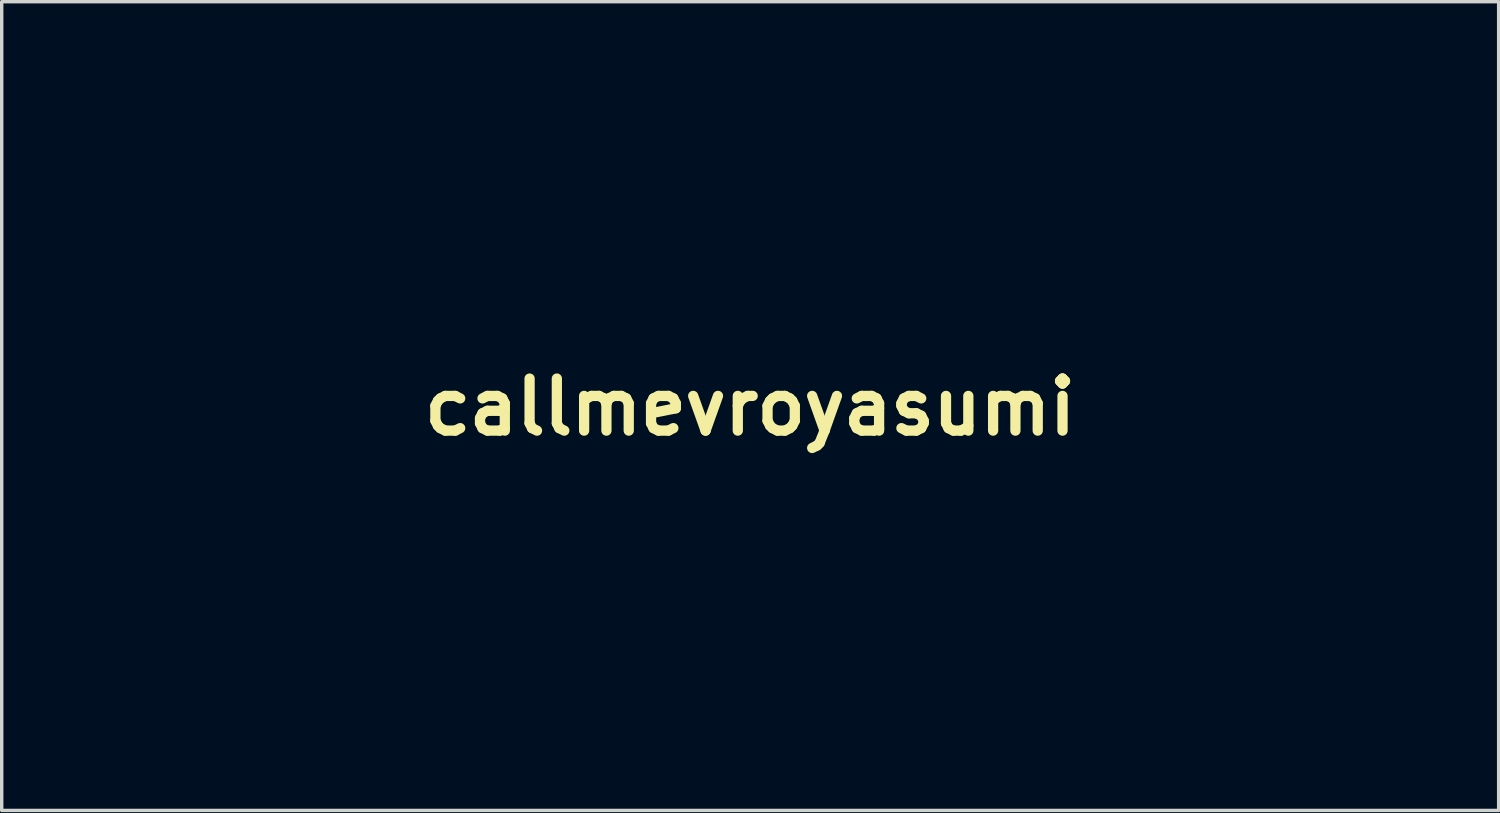
<source format=kicad_pcb>
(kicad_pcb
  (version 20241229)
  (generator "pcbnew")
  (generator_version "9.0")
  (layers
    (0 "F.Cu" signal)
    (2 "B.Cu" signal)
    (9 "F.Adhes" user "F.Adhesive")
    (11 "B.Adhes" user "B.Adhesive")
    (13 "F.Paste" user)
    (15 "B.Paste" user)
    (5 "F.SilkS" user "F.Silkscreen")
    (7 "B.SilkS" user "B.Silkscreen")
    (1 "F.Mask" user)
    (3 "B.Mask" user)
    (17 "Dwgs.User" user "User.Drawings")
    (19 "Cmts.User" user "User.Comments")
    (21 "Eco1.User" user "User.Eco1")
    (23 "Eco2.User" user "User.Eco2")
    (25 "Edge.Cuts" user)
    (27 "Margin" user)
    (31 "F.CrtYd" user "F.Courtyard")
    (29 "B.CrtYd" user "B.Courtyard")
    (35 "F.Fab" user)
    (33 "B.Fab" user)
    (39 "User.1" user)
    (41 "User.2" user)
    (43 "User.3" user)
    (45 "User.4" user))
  (footprint "callmevroyasumi"
    (layer "F.Cu")
    (at 18.914 8.868)
    (property "Reference" "callmevroyasumi" (at 0 0 0) (layer "F.SilkS") (effects (font (size 1.524 1.524) (thickness 0.3))))
    (attr through_hole)
    (fp_poly (pts (xy -8.664 0.748) (xy -8.678 0.762) (xy -8.692 0.748) (xy -8.678 0.734) (xy -8.664 0.748)) (stroke (width 0.01) (type solid)) (fill yes) (layer "F.Mask"))
    (fp_poly (pts (xy 13.151 -2.14) (xy 13.152 -2.138) (xy 13.155 -2.109) (xy 13.165 -2.03) (xy 13.181 -1.906) (xy 13.201 -1.743) (xy 13.226 -1.545) (xy 13.254 -1.319) (xy 13.286 -1.069) (xy 13.319 -0.804) (xy 13.358 -0.496) (xy 13.39 -0.24) (xy 13.415 -0.029) (xy 13.435 0.139) (xy 13.449 0.271) (xy 13.457 0.37) (xy 13.461 0.442) (xy 13.461 0.491) (xy 13.457 0.522) (xy 13.449 0.54) (xy 13.439 0.549) (xy 13.377 0.577) (xy 13.268 0.616) (xy 13.122 0.664) (xy 12.947 0.717) (xy 12.926 0.723) (xy 12.832 0.752) (xy 12.757 0.778) (xy 12.727 0.79) (xy 12.669 0.811) (xy 12.595 0.831) (xy 12.534 0.84) (xy 12.505 0.819) (xy 12.49 0.757) (xy 12.49 0.757) (xy 12.481 0.695) (xy 12.467 0.589) (xy 12.448 0.444) (xy 12.425 0.268) (xy 12.4 0.067) (xy 12.372 -0.151) (xy 12.344 -0.381) (xy 12.315 -0.615) (xy 12.286 -0.847) (xy 12.259 -1.071) (xy 12.234 -1.278) (xy 12.212 -1.464) (xy 12.194 -1.62) (xy 12.18 -1.74) (xy 12.172 -1.818) (xy 12.17 -1.847) (xy 12.17 -1.847) (xy 12.199 -1.858) (xy 12.267 -1.879) (xy 12.347 -1.902) (xy 12.447 -1.932) (xy 12.531 -1.96) (xy 12.573 -1.974) (xy 12.63 -1.994) (xy 12.719 -2.023) (xy 12.799 -2.046) (xy 12.897 -2.076) (xy 12.978 -2.104) (xy 13.017 -2.12) (xy 13.069 -2.138) (xy 13.122 -2.146) (xy 13.151 -2.14)) (stroke (width 0.01) (type solid)) (fill yes) (layer "F.Mask"))
    (fp_poly (pts (xy -0.454 0.841) (xy -0.452 0.855) (xy -0.464 0.889) (xy -0.499 0.966) (xy -0.555 1.081) (xy -0.627 1.227) (xy -0.712 1.399) (xy -0.809 1.59) (xy -0.877 1.723) (xy -1.302 2.554) (xy -1.242 3.076) (xy -1.223 3.245) (xy -1.205 3.397) (xy -1.191 3.523) (xy -1.181 3.612) (xy -1.177 3.654) (xy -1.179 3.68) (xy -1.2 3.699) (xy -1.249 3.715) (xy -1.335 3.73) (xy -1.453 3.746) (xy -1.604 3.763) (xy -1.761 3.778) (xy -1.899 3.787) (xy -1.942 3.789) (xy -2.049 3.791) (xy -2.112 3.787) (xy -2.144 3.773) (xy -2.158 3.746) (xy -2.16 3.739) (xy -2.167 3.694) (xy -2.179 3.603) (xy -2.195 3.476) (xy -2.214 3.323) (xy -2.231 3.178) (xy -2.29 2.672) (xy -2.454 2.486) (xy -2.543 2.385) (xy -2.665 2.242) (xy -2.82 2.06) (xy -3.006 1.84) (xy -3.222 1.584) (xy -3.458 1.303) (xy -3.521 1.225) (xy -3.566 1.162) (xy -3.584 1.127) (xy -3.584 1.127) (xy -3.56 1.108) (xy -3.499 1.098) (xy -3.493 1.098) (xy -3.395 1.093) (xy -3.302 1.088) (xy -3.235 1.083) (xy -3.127 1.076) (xy -2.993 1.068) (xy -2.85 1.059) (xy -2.498 1.037) (xy -2.202 1.407) (xy -2.104 1.528) (xy -2.017 1.63) (xy -1.948 1.706) (xy -1.903 1.749) (xy -1.888 1.756) (xy -1.871 1.725) (xy -1.835 1.651) (xy -1.786 1.544) (xy -1.727 1.414) (xy -1.694 1.341) (xy -1.633 1.204) (xy -1.581 1.087) (xy -1.541 0.999) (xy -1.518 0.949) (xy -1.514 0.941) (xy -1.486 0.936) (xy -1.413 0.927) (xy -1.305 0.913) (xy -1.174 0.897) (xy -1.029 0.88) (xy -0.882 0.862) (xy -0.744 0.846) (xy -0.625 0.833) (xy -0.535 0.823) (xy -0.487 0.819) (xy -0.482 0.818) (xy -0.454 0.841)) (stroke (width 0.01) (type solid)) (fill yes) (layer "F.Mask"))
    (fp_poly (pts (xy 0.075 -4.255) (xy 0.082 -4.25) (xy 0.091 -4.216) (xy 0.106 -4.132) (xy 0.125 -4.005) (xy 0.148 -3.842) (xy 0.174 -3.648) (xy 0.202 -3.432) (xy 0.229 -3.212) (xy 0.262 -2.943) (xy 0.289 -2.725) (xy 0.312 -2.552) (xy 0.331 -2.42) (xy 0.348 -2.324) (xy 0.362 -2.258) (xy 0.376 -2.218) (xy 0.389 -2.197) (xy 0.398 -2.192) (xy 0.439 -2.192) (xy 0.527 -2.198) (xy 0.653 -2.209) (xy 0.808 -2.224) (xy 0.984 -2.244) (xy 1.042 -2.251) (xy 1.22 -2.271) (xy 1.378 -2.287) (xy 1.508 -2.298) (xy 1.603 -2.304) (xy 1.653 -2.304) (xy 1.658 -2.302) (xy 1.672 -2.265) (xy 1.687 -2.187) (xy 1.702 -2.079) (xy 1.717 -1.954) (xy 1.73 -1.825) (xy 1.739 -1.704) (xy 1.744 -1.602) (xy 1.744 -1.533) (xy 1.737 -1.509) (xy 1.701 -1.504) (xy 1.618 -1.494) (xy 1.496 -1.48) (xy 1.345 -1.464) (xy 1.173 -1.446) (xy 1.129 -1.441) (xy 0.905 -1.418) (xy 0.653 -1.392) (xy 0.397 -1.365) (xy 0.158 -1.34) (xy 0.014 -1.325) (xy -0.18 -1.305) (xy -0.325 -1.29) (xy -0.429 -1.279) (xy -0.497 -1.274) (xy -0.538 -1.273) (xy -0.558 -1.276) (xy -0.564 -1.283) (xy -0.565 -1.292) (xy -0.564 -1.297) (xy -0.568 -1.329) (xy -0.578 -1.412) (xy -0.593 -1.54) (xy -0.613 -1.708) (xy -0.638 -1.909) (xy -0.666 -2.139) (xy -0.697 -2.392) (xy -0.731 -2.662) (xy -0.734 -2.686) (xy -0.767 -2.958) (xy -0.799 -3.214) (xy -0.828 -3.448) (xy -0.853 -3.654) (xy -0.873 -3.828) (xy -0.889 -3.962) (xy -0.899 -4.053) (xy -0.903 -4.093) (xy -0.903 -4.094) (xy -0.891 -4.119) (xy -0.848 -4.139) (xy -0.766 -4.158) (xy -0.67 -4.173) (xy -0.523 -4.194) (xy -0.355 -4.218) (xy -0.2 -4.241) (xy -0.19 -4.243) (xy -0.056 -4.26) (xy 0.031 -4.265) (xy 0.075 -4.255)) (stroke (width 0.01) (type solid)) (fill yes) (layer "F.Mask"))
    (fp_poly (pts (xy -5.997 1.202) (xy -5.765 1.208) (xy -5.576 1.226) (xy -5.418 1.258) (xy -5.278 1.307) (xy -5.142 1.377) (xy -5.063 1.427) (xy -4.843 1.602) (xy -4.668 1.809) (xy -4.537 2.048) (xy -4.45 2.322) (xy -4.406 2.632) (xy -4.399 2.809) (xy -4.409 3.051) (xy -4.443 3.252) (xy -4.506 3.423) (xy -4.603 3.574) (xy -4.739 3.718) (xy -4.796 3.768) (xy -4.996 3.905) (xy -5.219 4.002) (xy -5.449 4.05) (xy -5.455 4.051) (xy -5.559 4.061) (xy -5.66 4.072) (xy -5.673 4.074) (xy -5.749 4.077) (xy -5.859 4.073) (xy -5.981 4.063) (xy -5.997 4.062) (xy -6.299 4.006) (xy -6.565 3.906) (xy -6.795 3.763) (xy -6.989 3.577) (xy -7.146 3.347) (xy -7.268 3.073) (xy -7.272 3.062) (xy -7.304 2.964) (xy -7.326 2.879) (xy -7.339 2.792) (xy -7.347 2.687) (xy -7.35 2.549) (xy -7.35 2.446) (xy -6.374 2.446) (xy -6.368 2.594) (xy -6.352 2.742) (xy -6.328 2.872) (xy -6.31 2.935) (xy -6.256 3.045) (xy -6.177 3.154) (xy -6.089 3.246) (xy -6.006 3.302) (xy -6.005 3.302) (xy -5.912 3.322) (xy -5.796 3.32) (xy -5.68 3.3) (xy -5.591 3.264) (xy -5.581 3.258) (xy -5.49 3.165) (xy -5.432 3.046) (xy -5.405 2.893) (xy -5.409 2.7) (xy -5.419 2.61) (xy -5.465 2.379) (xy -5.539 2.196) (xy -5.64 2.063) (xy -5.768 1.978) (xy -5.923 1.943) (xy -5.982 1.943) (xy -6.083 1.952) (xy -6.153 1.977) (xy -6.218 2.027) (xy -6.229 2.038) (xy -6.295 2.117) (xy -6.345 2.204) (xy -6.353 2.225) (xy -6.369 2.317) (xy -6.374 2.446) (xy -7.35 2.446) (xy -7.35 2.441) (xy -7.349 2.276) (xy -7.345 2.153) (xy -7.336 2.061) (xy -7.321 1.987) (xy -7.298 1.917) (xy -7.288 1.889) (xy -7.174 1.68) (xy -7.015 1.503) (xy -6.813 1.36) (xy -6.601 1.264) (xy -6.523 1.238) (xy -6.449 1.221) (xy -6.366 1.209) (xy -6.261 1.204) (xy -6.121 1.202) (xy -5.997 1.202)) (stroke (width 0.01) (type solid)) (fill yes) (layer "F.Mask"))
    (fp_poly (pts (xy 0.918 0.652) (xy 0.941 0.659) (xy 0.966 0.677) (xy 0.996 0.712) (xy 1.034 0.769) (xy 1.083 0.854) (xy 1.148 0.971) (xy 1.23 1.126) (xy 1.335 1.324) (xy 1.37 1.39) (xy 1.481 1.601) (xy 1.596 1.818) (xy 1.709 2.028) (xy 1.812 2.221) (xy 1.901 2.386) (xy 1.967 2.507) (xy 2.086 2.724) (xy 2.179 2.897) (xy 2.247 3.03) (xy 2.294 3.127) (xy 2.321 3.193) (xy 2.33 3.233) (xy 2.328 3.247) (xy 2.29 3.266) (xy 2.223 3.274) (xy 2.221 3.274) (xy 2.143 3.281) (xy 2.038 3.298) (xy 1.961 3.314) (xy 1.834 3.339) (xy 1.691 3.362) (xy 1.609 3.372) (xy 1.506 3.384) (xy 1.42 3.396) (xy 1.376 3.405) (xy 1.346 3.401) (xy 1.313 3.366) (xy 1.271 3.292) (xy 1.228 3.203) (xy 1.13 2.987) (xy 0.967 3.007) (xy 0.858 3.021) (xy 0.72 3.039) (xy 0.582 3.057) (xy 0.565 3.059) (xy 0.326 3.09) (xy 0.305 3.217) (xy 0.281 3.36) (xy 0.258 3.458) (xy 0.226 3.522) (xy 0.174 3.559) (xy 0.092 3.578) (xy -0.03 3.589) (xy -0.133 3.595) (xy -0.396 3.615) (xy -0.606 3.641) (xy -0.697 3.657) (xy -0.75 3.658) (xy -0.77 3.648) (xy -0.765 3.617) (xy -0.748 3.537) (xy -0.72 3.412) (xy -0.682 3.248) (xy -0.635 3.051) (xy -0.581 2.824) (xy -0.52 2.574) (xy -0.471 2.374) (xy 0.458 2.374) (xy 0.532 2.36) (xy 0.612 2.346) (xy 0.706 2.33) (xy 0.713 2.329) (xy 0.78 2.314) (xy 0.817 2.299) (xy 0.818 2.296) (xy 0.808 2.264) (xy 0.78 2.195) (xy 0.741 2.104) (xy 0.696 2.004) (xy 0.651 1.906) (xy 0.612 1.824) (xy 0.585 1.771) (xy 0.576 1.757) (xy 0.568 1.787) (xy 0.552 1.86) (xy 0.532 1.966) (xy 0.513 2.07) (xy 0.458 2.374) (xy -0.471 2.374) (xy -0.454 2.306) (xy -0.431 2.212) (xy -0.081 0.797) (xy 0.122 0.763) (xy 0.371 0.721) (xy 0.57 0.69) (xy 0.72 0.668) (xy 0.827 0.656) (xy 0.892 0.651) (xy 0.918 0.652)) (stroke (width 0.01) (type solid)) (fill yes) (layer "F.Mask"))
    (fp_poly (pts (xy -6.891 -2.865) (xy -6.697 -2.803) (xy -6.64 -2.774) (xy -6.546 -2.705) (xy -6.448 -2.61) (xy -6.355 -2.502) (xy -6.278 -2.392) (xy -6.226 -2.294) (xy -6.209 -2.224) (xy -6.233 -2.2) (xy -6.3 -2.157) (xy -6.401 -2.1) (xy -6.528 -2.034) (xy -6.625 -1.986) (xy -7.041 -1.785) (xy -7.098 -1.887) (xy -7.185 -1.996) (xy -7.291 -2.059) (xy -7.41 -2.08) (xy -7.532 -2.06) (xy -7.65 -2.004) (xy -7.756 -1.915) (xy -7.843 -1.795) (xy -7.901 -1.648) (xy -7.917 -1.564) (xy -7.922 -1.44) (xy -7.911 -1.283) (xy -7.887 -1.114) (xy -7.852 -0.952) (xy -7.846 -0.929) (xy -7.799 -0.828) (xy -7.724 -0.734) (xy -7.636 -0.661) (xy -7.549 -0.624) (xy -7.524 -0.621) (xy -7.404 -0.634) (xy -7.283 -0.667) (xy -7.185 -0.713) (xy -7.164 -0.729) (xy -7.088 -0.821) (xy -7.025 -0.951) (xy -6.985 -1.099) (xy -6.979 -1.147) (xy -6.968 -1.234) (xy -6.952 -1.28) (xy -6.922 -1.297) (xy -6.875 -1.302) (xy -6.806 -1.303) (xy -6.765 -1.301) (xy -6.726 -1.298) (xy -6.645 -1.293) (xy -6.536 -1.288) (xy -6.415 -1.282) (xy -6.296 -1.277) (xy -6.193 -1.274) (xy -6.159 -1.273) (xy -6.039 -1.27) (xy -6.055 -1.15) (xy -6.111 -0.894) (xy -6.203 -0.655) (xy -6.324 -0.443) (xy -6.47 -0.27) (xy -6.527 -0.22) (xy -6.654 -0.128) (xy -6.795 -0.045) (xy -6.936 0.023) (xy -7.062 0.069) (xy -7.156 0.085) (xy -7.214 0.094) (xy -7.237 0.11) (xy -7.279 0.134) (xy -7.365 0.155) (xy -7.482 0.171) (xy -7.617 0.183) (xy -7.759 0.188) (xy -7.894 0.187) (xy -8.009 0.178) (xy -8.086 0.163) (xy -8.311 0.069) (xy -8.5 -0.066) (xy -8.653 -0.243) (xy -8.77 -0.462) (xy -8.852 -0.725) (xy -8.9 -1.032) (xy -8.907 -1.113) (xy -8.901 -1.42) (xy -8.845 -1.712) (xy -8.74 -1.982) (xy -8.587 -2.226) (xy -8.391 -2.439) (xy -8.329 -2.491) (xy -8.236 -2.554) (xy -8.105 -2.626) (xy -7.954 -2.697) (xy -7.801 -2.762) (xy -7.663 -2.81) (xy -7.634 -2.818) (xy -7.367 -2.873) (xy -7.117 -2.889) (xy -6.891 -2.865)) (stroke (width 0.01) (type solid)) (fill yes) (layer "F.Mask"))
    (fp_poly (pts (xy 4.286 -8.844) (xy 4.317 -8.8) (xy 4.361 -8.726) (xy 4.422 -8.616) (xy 4.501 -8.467) (xy 4.602 -8.272) (xy 4.623 -8.232) (xy 4.714 -8.055) (xy 4.784 -7.923) (xy 4.836 -7.829) (xy 4.876 -7.767) (xy 4.906 -7.731) (xy 4.931 -7.715) (xy 4.955 -7.712) (xy 4.967 -7.714) (xy 5.111 -7.74) (xy 5.274 -7.768) (xy 5.448 -7.796) (xy 5.622 -7.823) (xy 5.789 -7.848) (xy 5.939 -7.868) (xy 6.063 -7.883) (xy 6.152 -7.892) (xy 6.197 -7.894) (xy 6.2 -7.893) (xy 6.187 -7.868) (xy 6.139 -7.809) (xy 6.061 -7.722) (xy 5.958 -7.613) (xy 5.836 -7.488) (xy 5.751 -7.403) (xy 5.281 -6.935) (xy 5.435 -6.65) (xy 5.565 -6.405) (xy 5.674 -6.196) (xy 5.76 -6.026) (xy 5.821 -5.898) (xy 5.857 -5.812) (xy 5.866 -5.773) (xy 5.865 -5.771) (xy 5.836 -5.779) (xy 5.764 -5.808) (xy 5.656 -5.857) (xy 5.52 -5.921) (xy 5.362 -5.998) (xy 5.257 -6.05) (xy 4.666 -6.346) (xy 4.203 -5.882) (xy 4.071 -5.751) (xy 3.952 -5.634) (xy 3.852 -5.537) (xy 3.777 -5.465) (xy 3.733 -5.425) (xy 3.723 -5.419) (xy 3.692 -5.433) (xy 3.693 -5.464) (xy 3.702 -5.542) (xy 3.718 -5.66) (xy 3.74 -5.81) (xy 3.768 -5.983) (xy 3.785 -6.088) (xy 3.815 -6.27) (xy 3.842 -6.433) (xy 3.863 -6.568) (xy 3.878 -6.667) (xy 3.886 -6.723) (xy 3.887 -6.733) (xy 3.861 -6.745) (xy 3.791 -6.78) (xy 3.685 -6.831) (xy 3.55 -6.897) (xy 3.393 -6.974) (xy 3.295 -7.022) (xy 3.128 -7.104) (xy 2.98 -7.179) (xy 2.858 -7.244) (xy 2.768 -7.294) (xy 2.717 -7.325) (xy 2.709 -7.334) (xy 2.712 -7.343) (xy 2.725 -7.351) (xy 2.754 -7.361) (xy 2.805 -7.373) (xy 2.883 -7.388) (xy 2.995 -7.407) (xy 3.145 -7.432) (xy 3.341 -7.463) (xy 3.542 -7.495) (xy 3.699 -7.52) (xy 3.835 -7.542) (xy 3.942 -7.56) (xy 4.009 -7.572) (xy 4.028 -7.576) (xy 4.035 -7.604) (xy 4.048 -7.681) (xy 4.068 -7.796) (xy 4.092 -7.944) (xy 4.12 -8.116) (xy 4.136 -8.214) (xy 4.166 -8.396) (xy 4.193 -8.559) (xy 4.217 -8.695) (xy 4.236 -8.795) (xy 4.248 -8.852) (xy 4.252 -8.861) (xy 4.265 -8.863) (xy 4.286 -8.844)) (stroke (width 0.01) (type solid)) (fill yes) (layer "F.Mask"))
    (fp_poly (pts (xy 9.193 2.726) (xy 9.219 2.755) (xy 9.256 2.812) (xy 9.306 2.902) (xy 9.373 3.031) (xy 9.461 3.202) (xy 9.515 3.311) (xy 9.597 3.475) (xy 9.671 3.622) (xy 9.732 3.743) (xy 9.777 3.831) (xy 9.802 3.881) (xy 9.806 3.888) (xy 9.835 3.886) (xy 9.911 3.876) (xy 10.027 3.858) (xy 10.175 3.835) (xy 10.348 3.807) (xy 10.451 3.79) (xy 10.634 3.761) (xy 10.798 3.737) (xy 10.936 3.719) (xy 11.039 3.707) (xy 11.098 3.704) (xy 11.11 3.706) (xy 11.097 3.731) (xy 11.049 3.79) (xy 10.971 3.877) (xy 10.868 3.986) (xy 10.747 4.111) (xy 10.661 4.198) (xy 10.191 4.668) (xy 10.492 5.254) (xy 10.576 5.42) (xy 10.65 5.57) (xy 10.708 5.697) (xy 10.749 5.792) (xy 10.77 5.849) (xy 10.77 5.862) (xy 10.74 5.856) (xy 10.667 5.827) (xy 10.558 5.778) (xy 10.421 5.713) (xy 10.264 5.634) (xy 10.16 5.581) (xy 9.572 5.278) (xy 9.128 5.744) (xy 8.999 5.877) (xy 8.882 5.996) (xy 8.781 6.093) (xy 8.705 6.165) (xy 8.657 6.203) (xy 8.646 6.209) (xy 8.616 6.185) (xy 8.608 6.148) (xy 8.612 6.103) (xy 8.625 6.012) (xy 8.644 5.883) (xy 8.669 5.726) (xy 8.698 5.55) (xy 8.707 5.495) (xy 8.736 5.32) (xy 8.761 5.165) (xy 8.781 5.038) (xy 8.794 4.947) (xy 8.799 4.901) (xy 8.799 4.897) (xy 8.773 4.883) (xy 8.703 4.847) (xy 8.598 4.793) (xy 8.465 4.726) (xy 8.311 4.647) (xy 8.241 4.612) (xy 8.079 4.529) (xy 7.934 4.454) (xy 7.813 4.389) (xy 7.725 4.34) (xy 7.677 4.311) (xy 7.671 4.305) (xy 7.665 4.264) (xy 7.671 4.255) (xy 7.704 4.245) (xy 7.784 4.227) (xy 7.904 4.204) (xy 8.054 4.177) (xy 8.227 4.147) (xy 8.311 4.134) (xy 8.491 4.104) (xy 8.651 4.077) (xy 8.783 4.054) (xy 8.88 4.037) (xy 8.932 4.026) (xy 8.94 4.024) (xy 8.946 3.994) (xy 8.96 3.918) (xy 8.98 3.801) (xy 9.005 3.652) (xy 9.032 3.48) (xy 9.047 3.386) (xy 9.076 3.204) (xy 9.103 3.04) (xy 9.127 2.903) (xy 9.145 2.801) (xy 9.158 2.743) (xy 9.161 2.733) (xy 9.175 2.72) (xy 9.193 2.726)) (stroke (width 0.01) (type solid)) (fill yes) (layer "F.Mask"))
    (fp_poly (pts (xy 2.558 4.707) (xy 2.605 4.767) (xy 2.665 4.868) (xy 2.742 5.011) (xy 2.837 5.201) (xy 2.871 5.27) (xy 2.95 5.433) (xy 3.02 5.578) (xy 3.079 5.697) (xy 3.121 5.784) (xy 3.144 5.83) (xy 3.147 5.836) (xy 3.176 5.834) (xy 3.252 5.824) (xy 3.367 5.806) (xy 3.513 5.783) (xy 3.682 5.755) (xy 3.748 5.744) (xy 3.965 5.708) (xy 4.134 5.681) (xy 4.259 5.662) (xy 4.347 5.652) (xy 4.405 5.649) (xy 4.439 5.652) (xy 4.455 5.662) (xy 4.459 5.678) (xy 4.459 5.679) (xy 4.44 5.709) (xy 4.386 5.771) (xy 4.304 5.861) (xy 4.198 5.973) (xy 4.074 6.099) (xy 4.004 6.17) (xy 3.548 6.626) (xy 3.834 7.181) (xy 3.94 7.387) (xy 4.019 7.549) (xy 4.074 7.67) (xy 4.106 7.756) (xy 4.118 7.811) (xy 4.11 7.839) (xy 4.092 7.846) (xy 4.06 7.833) (xy 3.985 7.798) (xy 3.875 7.745) (xy 3.738 7.676) (xy 3.58 7.596) (xy 3.496 7.552) (xy 2.928 7.259) (xy 2.476 7.722) (xy 2.346 7.854) (xy 2.226 7.972) (xy 2.124 8.069) (xy 2.046 8.14) (xy 1.998 8.179) (xy 1.986 8.184) (xy 1.956 8.159) (xy 1.948 8.107) (xy 1.952 8.056) (xy 1.965 7.959) (xy 1.985 7.827) (xy 2.01 7.667) (xy 2.039 7.491) (xy 2.046 7.452) (xy 2.074 7.279) (xy 2.099 7.127) (xy 2.119 7.003) (xy 2.132 6.915) (xy 2.137 6.873) (xy 2.137 6.87) (xy 2.111 6.857) (xy 2.043 6.821) (xy 1.938 6.767) (xy 1.805 6.698) (xy 1.651 6.618) (xy 1.574 6.578) (xy 1.411 6.493) (xy 1.266 6.415) (xy 1.145 6.349) (xy 1.056 6.298) (xy 1.007 6.267) (xy 0.999 6.261) (xy 0.999 6.218) (xy 1.007 6.207) (xy 1.041 6.195) (xy 1.122 6.177) (xy 1.243 6.153) (xy 1.394 6.126) (xy 1.568 6.096) (xy 1.649 6.083) (xy 1.828 6.054) (xy 1.989 6.027) (xy 2.121 6.004) (xy 2.218 5.986) (xy 2.271 5.975) (xy 2.278 5.972) (xy 2.286 5.942) (xy 2.301 5.864) (xy 2.321 5.746) (xy 2.346 5.597) (xy 2.374 5.424) (xy 2.388 5.33) (xy 2.417 5.149) (xy 2.443 4.987) (xy 2.466 4.852) (xy 2.484 4.753) (xy 2.495 4.698) (xy 2.498 4.69) (xy 2.523 4.682) (xy 2.558 4.707)) (stroke (width 0.01) (type solid)) (fill yes) (layer "F.Mask"))
    (fp_poly (pts (xy -2.792 -8.185) (xy -2.779 -8.169) (xy -2.757 -8.133) (xy -2.723 -8.07) (xy -2.672 -7.973) (xy -2.601 -7.836) (xy -2.554 -7.747) (xy -2.445 -7.537) (xy -2.358 -7.371) (xy -2.291 -7.246) (xy -2.242 -7.156) (xy -2.208 -7.095) (xy -2.185 -7.06) (xy -2.175 -7.047) (xy -2.142 -7.045) (xy -2.062 -7.052) (xy -1.943 -7.066) (xy -1.794 -7.088) (xy -1.623 -7.114) (xy -1.559 -7.125) (xy -1.379 -7.155) (xy -1.214 -7.181) (xy -1.075 -7.202) (xy -0.969 -7.217) (xy -0.908 -7.224) (xy -0.899 -7.225) (xy -0.885 -7.218) (xy -0.893 -7.193) (xy -0.926 -7.148) (xy -0.987 -7.078) (xy -1.081 -6.98) (xy -1.21 -6.848) (xy -1.309 -6.748) (xy -1.785 -6.272) (xy -1.686 -6.092) (xy -1.581 -5.898) (xy -1.482 -5.712) (xy -1.392 -5.54) (xy -1.316 -5.389) (xy -1.255 -5.265) (xy -1.214 -5.175) (xy -1.196 -5.125) (xy -1.195 -5.117) (xy -1.204 -5.113) (xy -1.223 -5.116) (xy -1.257 -5.128) (xy -1.311 -5.151) (xy -1.392 -5.189) (xy -1.503 -5.242) (xy -1.652 -5.315) (xy -1.843 -5.409) (xy -1.96 -5.467) (xy -2.381 -5.676) (xy -2.849 -5.209) (xy -2.982 -5.076) (xy -3.103 -4.959) (xy -3.205 -4.861) (xy -3.282 -4.789) (xy -3.329 -4.749) (xy -3.341 -4.741) (xy -3.354 -4.764) (xy -3.35 -4.805) (xy -3.338 -4.866) (xy -3.321 -4.966) (xy -3.299 -5.096) (xy -3.276 -5.247) (xy -3.251 -5.407) (xy -3.227 -5.569) (xy -3.205 -5.722) (xy -3.186 -5.856) (xy -3.172 -5.962) (xy -3.165 -6.03) (xy -3.164 -6.05) (xy -3.192 -6.065) (xy -3.262 -6.1) (xy -3.37 -6.153) (xy -3.506 -6.22) (xy -3.664 -6.298) (xy -3.764 -6.347) (xy -3.93 -6.429) (xy -4.077 -6.503) (xy -4.198 -6.565) (xy -4.285 -6.613) (xy -4.333 -6.642) (xy -4.339 -6.649) (xy -4.308 -6.657) (xy -4.23 -6.674) (xy -4.111 -6.696) (xy -3.962 -6.723) (xy -3.788 -6.753) (xy -3.686 -6.77) (xy -3.503 -6.802) (xy -3.339 -6.83) (xy -3.203 -6.855) (xy -3.102 -6.875) (xy -3.044 -6.888) (xy -3.033 -6.892) (xy -3.025 -6.923) (xy -3.009 -7.001) (xy -2.988 -7.119) (xy -2.962 -7.269) (xy -2.934 -7.442) (xy -2.918 -7.538) (xy -2.889 -7.72) (xy -2.862 -7.883) (xy -2.838 -8.018) (xy -2.82 -8.117) (xy -2.809 -8.173) (xy -2.806 -8.182) (xy -2.8 -8.187) (xy -2.792 -8.185)) (stroke (width 0.01) (type solid)) (fill yes) (layer "F.Mask"))
    (fp_poly (pts (xy -9.677 -6.373) (xy -9.649 -6.355) (xy -9.609 -6.304) (xy -9.554 -6.218) (xy -9.482 -6.09) (xy -9.391 -5.917) (xy -9.352 -5.842) (xy -9.269 -5.684) (xy -9.194 -5.541) (xy -9.13 -5.423) (xy -9.082 -5.337) (xy -9.053 -5.292) (xy -9.05 -5.288) (xy -9.029 -5.278) (xy -8.99 -5.274) (xy -8.926 -5.278) (xy -8.833 -5.289) (xy -8.704 -5.308) (xy -8.536 -5.336) (xy -8.323 -5.375) (xy -8.086 -5.418) (xy -7.94 -5.445) (xy -7.841 -5.462) (xy -7.78 -5.47) (xy -7.747 -5.468) (xy -7.735 -5.456) (xy -7.733 -5.433) (xy -7.733 -5.417) (xy -7.754 -5.373) (xy -7.818 -5.295) (xy -7.922 -5.181) (xy -8.067 -5.034) (xy -8.17 -4.933) (xy -8.299 -4.806) (xy -8.413 -4.69) (xy -8.506 -4.592) (xy -8.572 -4.517) (xy -8.605 -4.473) (xy -8.608 -4.466) (xy -8.595 -4.422) (xy -8.561 -4.345) (xy -8.513 -4.251) (xy -8.506 -4.237) (xy -8.369 -3.985) (xy -8.259 -3.778) (xy -8.174 -3.613) (xy -8.112 -3.485) (xy -8.072 -3.391) (xy -8.051 -3.327) (xy -8.049 -3.289) (xy -8.063 -3.274) (xy -8.069 -3.274) (xy -8.101 -3.286) (xy -8.176 -3.319) (xy -8.287 -3.37) (xy -8.426 -3.435) (xy -8.586 -3.511) (xy -8.683 -3.558) (xy -9.271 -3.842) (xy -9.713 -3.389) (xy -9.843 -3.257) (xy -9.961 -3.141) (xy -10.063 -3.045) (xy -10.141 -2.976) (xy -10.189 -2.94) (xy -10.2 -2.935) (xy -10.235 -2.957) (xy -10.245 -3.018) (xy -10.24 -3.072) (xy -10.228 -3.17) (xy -10.209 -3.304) (xy -10.185 -3.461) (xy -10.16 -3.622) (xy -10.133 -3.789) (xy -10.11 -3.94) (xy -10.092 -4.063) (xy -10.08 -4.149) (xy -10.075 -4.19) (xy -10.096 -4.216) (xy -10.159 -4.26) (xy -10.267 -4.321) (xy -10.421 -4.402) (xy -10.626 -4.503) (xy -10.656 -4.518) (xy -10.869 -4.622) (xy -11.032 -4.703) (xy -11.145 -4.767) (xy -11.208 -4.816) (xy -11.222 -4.853) (xy -11.186 -4.883) (xy -11.101 -4.909) (xy -10.968 -4.934) (xy -10.785 -4.962) (xy -10.682 -4.977) (xy -10.474 -5.01) (xy -10.29 -5.042) (xy -10.138 -5.073) (xy -10.023 -5.101) (xy -9.953 -5.124) (xy -9.934 -5.136) (xy -9.918 -5.184) (xy -9.902 -5.265) (xy -9.895 -5.316) (xy -9.883 -5.401) (xy -9.866 -5.524) (xy -9.844 -5.671) (xy -9.82 -5.824) (xy -9.82 -5.828) (xy -9.797 -5.974) (xy -9.776 -6.109) (xy -9.759 -6.217) (xy -9.748 -6.284) (xy -9.748 -6.288) (xy -9.73 -6.353) (xy -9.699 -6.374) (xy -9.677 -6.373)) (stroke (width 0.01) (type solid)) (fill yes) (layer "F.Mask"))
    (fp_poly (pts (xy -11.066 4.777) (xy -11.051 4.794) (xy -11.041 4.83) (xy -11.025 4.911) (xy -11.005 5.024) (xy -10.982 5.159) (xy -10.979 5.182) (xy -10.952 5.351) (xy -10.923 5.529) (xy -10.896 5.694) (xy -10.877 5.805) (xy -10.833 6.065) (xy -10.715 6.08) (xy -10.526 6.105) (xy -10.333 6.132) (xy -10.145 6.159) (xy -9.97 6.185) (xy -9.816 6.208) (xy -9.691 6.228) (xy -9.605 6.243) (xy -9.566 6.252) (xy -9.565 6.253) (xy -9.542 6.274) (xy -9.543 6.3) (xy -9.573 6.334) (xy -9.635 6.379) (xy -9.735 6.44) (xy -9.876 6.519) (xy -10.033 6.602) (xy -10.237 6.711) (xy -10.396 6.797) (xy -10.513 6.863) (xy -10.594 6.912) (xy -10.643 6.945) (xy -10.666 6.967) (xy -10.668 6.974) (xy -10.664 7.009) (xy -10.651 7.091) (xy -10.632 7.211) (xy -10.608 7.362) (xy -10.58 7.535) (xy -10.568 7.607) (xy -10.539 7.786) (xy -10.516 7.947) (xy -10.498 8.081) (xy -10.487 8.179) (xy -10.484 8.234) (xy -10.485 8.242) (xy -10.525 8.268) (xy -10.533 8.269) (xy -10.561 8.25) (xy -10.623 8.196) (xy -10.713 8.114) (xy -10.823 8.009) (xy -10.95 7.886) (xy -11.017 7.819) (xy -11.47 7.369) (xy -11.725 7.501) (xy -11.863 7.574) (xy -12.025 7.661) (xy -12.186 7.749) (xy -12.269 7.796) (xy -12.426 7.881) (xy -12.542 7.934) (xy -12.619 7.956) (xy -12.661 7.947) (xy -12.672 7.917) (xy -12.66 7.88) (xy -12.626 7.801) (xy -12.574 7.688) (xy -12.508 7.548) (xy -12.431 7.391) (xy -12.404 7.336) (xy -12.324 7.175) (xy -12.254 7.03) (xy -12.197 6.909) (xy -12.157 6.819) (xy -12.137 6.77) (xy -12.136 6.763) (xy -12.155 6.735) (xy -12.21 6.674) (xy -12.294 6.586) (xy -12.401 6.479) (xy -12.526 6.357) (xy -12.573 6.312) (xy -12.733 6.157) (xy -12.853 6.035) (xy -12.937 5.941) (xy -12.989 5.872) (xy -13.01 5.823) (xy -13.005 5.79) (xy -12.989 5.776) (xy -12.956 5.776) (xy -12.878 5.783) (xy -12.764 5.796) (xy -12.625 5.814) (xy -12.471 5.834) (xy -12.312 5.857) (xy -12.157 5.879) (xy -12.018 5.9) (xy -11.904 5.919) (xy -11.826 5.933) (xy -11.8 5.94) (xy -11.764 5.941) (xy -11.726 5.918) (xy -11.683 5.863) (xy -11.629 5.771) (xy -11.56 5.636) (xy -11.523 5.56) (xy -11.458 5.423) (xy -11.381 5.263) (xy -11.305 5.105) (xy -11.276 5.045) (xy -11.204 4.904) (xy -11.147 4.814) (xy -11.101 4.773) (xy -11.066 4.777)) (stroke (width 0.01) (type solid)) (fill yes) (layer "F.Mask"))
    (fp_poly (pts (xy 11.941 -8.325) (xy 11.964 -8.254) (xy 11.99 -8.139) (xy 12.02 -7.977) (xy 12.056 -7.765) (xy 12.067 -7.689) (xy 12.096 -7.51) (xy 12.122 -7.35) (xy 12.145 -7.217) (xy 12.163 -7.121) (xy 12.174 -7.068) (xy 12.177 -7.061) (xy 12.208 -7.052) (xy 12.286 -7.036) (xy 12.403 -7.014) (xy 12.55 -6.988) (xy 12.719 -6.96) (xy 12.763 -6.952) (xy 12.978 -6.917) (xy 13.144 -6.889) (xy 13.266 -6.867) (xy 13.353 -6.851) (xy 13.409 -6.837) (xy 13.441 -6.826) (xy 13.457 -6.815) (xy 13.462 -6.803) (xy 13.462 -6.792) (xy 13.438 -6.769) (xy 13.37 -6.727) (xy 13.267 -6.671) (xy 13.138 -6.605) (xy 13.002 -6.539) (xy 12.789 -6.439) (xy 12.623 -6.36) (xy 12.497 -6.3) (xy 12.406 -6.255) (xy 12.345 -6.224) (xy 12.308 -6.204) (xy 12.289 -6.191) (xy 12.285 -6.183) (xy 12.287 -6.18) (xy 12.298 -6.146) (xy 12.31 -6.077) (xy 12.314 -6.04) (xy 12.324 -5.969) (xy 12.34 -5.856) (xy 12.362 -5.711) (xy 12.388 -5.547) (xy 12.407 -5.425) (xy 12.437 -5.225) (xy 12.456 -5.072) (xy 12.464 -4.968) (xy 12.46 -4.916) (xy 12.458 -4.911) (xy 12.428 -4.921) (xy 12.363 -4.972) (xy 12.262 -5.061) (xy 12.128 -5.188) (xy 11.964 -5.35) (xy 11.498 -5.816) (xy 11.203 -5.672) (xy 11.044 -5.594) (xy 10.864 -5.506) (xy 10.692 -5.421) (xy 10.617 -5.384) (xy 10.477 -5.318) (xy 10.374 -5.278) (xy 10.313 -5.264) (xy 10.3 -5.268) (xy 10.297 -5.308) (xy 10.325 -5.389) (xy 10.367 -5.476) (xy 10.43 -5.597) (xy 10.507 -5.744) (xy 10.591 -5.902) (xy 10.674 -6.057) (xy 10.749 -6.196) (xy 10.807 -6.304) (xy 10.823 -6.331) (xy 10.883 -6.439) (xy 10.423 -6.898) (xy 10.291 -7.03) (xy 10.175 -7.151) (xy 10.078 -7.253) (xy 10.008 -7.332) (xy 9.968 -7.38) (xy 9.962 -7.392) (xy 9.988 -7.41) (xy 10.058 -7.414) (xy 10.164 -7.402) (xy 10.262 -7.384) (xy 10.333 -7.37) (xy 10.417 -7.355) (xy 10.48 -7.344) (xy 10.585 -7.326) (xy 10.719 -7.303) (xy 10.868 -7.278) (xy 10.902 -7.272) (xy 11.043 -7.249) (xy 11.162 -7.232) (xy 11.25 -7.222) (xy 11.297 -7.22) (xy 11.301 -7.222) (xy 11.321 -7.258) (xy 11.362 -7.336) (xy 11.421 -7.446) (xy 11.491 -7.579) (xy 11.568 -7.727) (xy 11.649 -7.881) (xy 11.719 -8.015) (xy 11.783 -8.137) (xy 11.837 -8.241) (xy 11.878 -8.315) (xy 11.898 -8.35) (xy 11.899 -8.352) (xy 11.919 -8.356) (xy 11.941 -8.325)) (stroke (width 0.01) (type solid)) (fill yes) (layer "F.Mask"))
    (fp_poly (pts (xy -4.006 5.336) (xy -3.991 5.346) (xy -3.977 5.37) (xy -3.962 5.416) (xy -3.945 5.489) (xy -3.924 5.597) (xy -3.897 5.745) (xy -3.863 5.941) (xy -3.852 6.003) (xy -3.821 6.178) (xy -3.792 6.335) (xy -3.767 6.464) (xy -3.747 6.556) (xy -3.733 6.605) (xy -3.731 6.609) (xy -3.697 6.619) (xy -3.618 6.634) (xy -3.504 6.65) (xy -3.365 6.668) (xy -3.31 6.675) (xy -3.064 6.704) (xy -2.869 6.728) (xy -2.719 6.75) (xy -2.609 6.769) (xy -2.534 6.787) (xy -2.488 6.805) (xy -2.465 6.823) (xy -2.461 6.834) (xy -2.473 6.858) (xy -2.516 6.895) (xy -2.596 6.948) (xy -2.717 7.02) (xy -2.881 7.112) (xy -3.011 7.183) (xy -3.172 7.271) (xy -3.316 7.35) (xy -3.435 7.415) (xy -3.523 7.463) (xy -3.572 7.49) (xy -3.579 7.494) (xy -3.577 7.523) (xy -3.566 7.598) (xy -3.547 7.709) (xy -3.521 7.847) (xy -3.502 7.949) (xy -3.456 8.189) (xy -3.42 8.379) (xy -3.393 8.526) (xy -3.375 8.634) (xy -3.365 8.71) (xy -3.362 8.759) (xy -3.367 8.788) (xy -3.377 8.801) (xy -3.393 8.805) (xy -3.404 8.805) (xy -3.443 8.786) (xy -3.513 8.734) (xy -3.604 8.658) (xy -3.707 8.563) (xy -3.725 8.545) (xy -3.848 8.426) (xy -3.977 8.302) (xy -4.096 8.186) (xy -4.181 8.105) (xy -4.368 7.924) (xy -4.491 7.994) (xy -4.585 8.047) (xy -4.699 8.11) (xy -4.784 8.155) (xy -4.882 8.209) (xy -5.01 8.28) (xy -5.147 8.356) (xy -5.227 8.401) (xy -5.363 8.475) (xy -5.458 8.518) (xy -5.519 8.532) (xy -5.551 8.519) (xy -5.56 8.481) (xy -5.548 8.446) (xy -5.514 8.367) (xy -5.463 8.254) (xy -5.397 8.114) (xy -5.32 7.955) (xy -5.286 7.885) (xy -5.013 7.328) (xy -5.471 6.888) (xy -5.621 6.741) (xy -5.746 6.614) (xy -5.841 6.512) (xy -5.903 6.439) (xy -5.927 6.398) (xy -5.927 6.396) (xy -5.924 6.377) (xy -5.91 6.364) (xy -5.879 6.357) (xy -5.825 6.357) (xy -5.744 6.363) (xy -5.628 6.376) (xy -5.471 6.396) (xy -5.268 6.425) (xy -5.124 6.446) (xy -4.953 6.468) (xy -4.812 6.483) (xy -4.708 6.489) (xy -4.65 6.487) (xy -4.644 6.484) (xy -4.613 6.449) (xy -4.568 6.376) (xy -4.514 6.276) (xy -4.484 6.215) (xy -4.368 5.971) (xy -4.274 5.775) (xy -4.198 5.621) (xy -4.139 5.505) (xy -4.094 5.423) (xy -4.062 5.37) (xy -4.038 5.342) (xy -4.023 5.334) (xy -4.006 5.336)) (stroke (width 0.01) (type solid)) (fill yes) (layer "F.Mask"))
    (fp_poly (pts (xy 15.241 0.384) (xy 15.306 0.43) (xy 15.39 0.495) (xy 15.482 0.569) (xy 15.569 0.645) (xy 15.642 0.712) (xy 15.663 0.733) (xy 15.708 0.777) (xy 15.779 0.841) (xy 15.865 0.918) (xy 15.958 0.999) (xy 16.046 1.075) (xy 16.119 1.137) (xy 16.168 1.176) (xy 16.183 1.185) (xy 16.213 1.171) (xy 16.282 1.133) (xy 16.379 1.076) (xy 16.497 1.005) (xy 16.533 0.984) (xy 16.744 0.855) (xy 16.913 0.752) (xy 17.045 0.674) (xy 17.143 0.618) (xy 17.215 0.579) (xy 17.264 0.557) (xy 17.295 0.547) (xy 17.315 0.547) (xy 17.318 0.548) (xy 17.353 0.585) (xy 17.357 0.603) (xy 17.346 0.64) (xy 17.317 0.721) (xy 17.272 0.838) (xy 17.214 0.982) (xy 17.147 1.145) (xy 17.116 1.218) (xy 16.876 1.792) (xy 16.97 1.877) (xy 17.068 1.964) (xy 17.185 2.068) (xy 17.312 2.18) (xy 17.439 2.292) (xy 17.556 2.394) (xy 17.655 2.48) (xy 17.725 2.54) (xy 17.745 2.557) (xy 17.818 2.632) (xy 17.839 2.689) (xy 17.809 2.727) (xy 17.728 2.745) (xy 17.6 2.742) (xy 17.568 2.738) (xy 17.331 2.711) (xy 17.103 2.69) (xy 16.897 2.675) (xy 16.728 2.668) (xy 16.684 2.667) (xy 16.506 2.667) (xy 16.423 2.865) (xy 16.379 2.969) (xy 16.34 3.058) (xy 16.314 3.115) (xy 16.313 3.119) (xy 16.292 3.167) (xy 16.256 3.255) (xy 16.21 3.369) (xy 16.17 3.471) (xy 16.12 3.594) (xy 16.076 3.698) (xy 16.041 3.773) (xy 16.024 3.803) (xy 15.975 3.837) (xy 15.93 3.815) (xy 15.89 3.737) (xy 15.88 3.704) (xy 15.86 3.632) (xy 15.832 3.516) (xy 15.797 3.371) (xy 15.76 3.207) (xy 15.733 3.09) (xy 15.697 2.933) (xy 15.665 2.794) (xy 15.637 2.685) (xy 15.617 2.613) (xy 15.609 2.59) (xy 15.572 2.577) (xy 15.483 2.562) (xy 15.346 2.545) (xy 15.165 2.527) (xy 14.944 2.507) (xy 14.845 2.499) (xy 14.663 2.483) (xy 14.53 2.469) (xy 14.438 2.454) (xy 14.378 2.438) (xy 14.343 2.418) (xy 14.334 2.409) (xy 14.32 2.387) (xy 14.321 2.364) (xy 14.341 2.335) (xy 14.385 2.296) (xy 14.458 2.245) (xy 14.565 2.177) (xy 14.711 2.088) (xy 14.9 1.975) (xy 14.901 1.974) (xy 15.051 1.886) (xy 15.183 1.807) (xy 15.291 1.743) (xy 15.367 1.698) (xy 15.403 1.677) (xy 15.405 1.675) (xy 15.404 1.648) (xy 15.39 1.572) (xy 15.362 1.445) (xy 15.32 1.267) (xy 15.263 1.036) (xy 15.248 0.974) (xy 15.207 0.79) (xy 15.181 0.631) (xy 15.17 0.503) (xy 15.175 0.415) (xy 15.195 0.37) (xy 15.207 0.367) (xy 15.241 0.384)) (stroke (width 0.01) (type solid)) (fill yes) (layer "F.Mask"))
    (fp_poly (pts (xy 8.458 -0.78) (xy 8.464 -0.75) (xy 8.476 -0.672) (xy 8.493 -0.552) (xy 8.514 -0.398) (xy 8.538 -0.216) (xy 8.564 -0.014) (xy 8.568 0.017) (xy 8.606 0.322) (xy 8.634 0.578) (xy 8.652 0.791) (xy 8.66 0.968) (xy 8.658 1.115) (xy 8.647 1.24) (xy 8.626 1.348) (xy 8.595 1.446) (xy 8.561 1.527) (xy 8.435 1.733) (xy 8.267 1.916) (xy 8.071 2.064) (xy 7.965 2.12) (xy 7.866 2.166) (xy 7.784 2.204) (xy 7.735 2.227) (xy 7.733 2.228) (xy 7.685 2.244) (xy 7.6 2.264) (xy 7.495 2.284) (xy 7.493 2.285) (xy 7.383 2.306) (xy 7.287 2.329) (xy 7.227 2.347) (xy 7.169 2.358) (xy 7.071 2.366) (xy 6.951 2.368) (xy 6.891 2.367) (xy 6.751 2.361) (xy 6.649 2.348) (xy 6.563 2.325) (xy 6.475 2.287) (xy 6.463 2.281) (xy 6.281 2.167) (xy 6.139 2.019) (xy 6.032 1.831) (xy 5.972 1.665) (xy 5.961 1.61) (xy 5.944 1.508) (xy 5.923 1.368) (xy 5.898 1.199) (xy 5.871 1.01) (xy 5.844 0.809) (xy 5.817 0.607) (xy 5.791 0.411) (xy 5.769 0.232) (xy 5.75 0.077) (xy 5.737 -0.044) (xy 5.73 -0.122) (xy 5.729 -0.14) (xy 5.754 -0.167) (xy 5.818 -0.194) (xy 5.901 -0.215) (xy 5.987 -0.226) (xy 6 -0.226) (xy 6.069 -0.234) (xy 6.109 -0.253) (xy 6.11 -0.254) (xy 6.149 -0.276) (xy 6.193 -0.282) (xy 6.251 -0.289) (xy 6.345 -0.307) (xy 6.457 -0.332) (xy 6.479 -0.337) (xy 6.582 -0.362) (xy 6.66 -0.38) (xy 6.701 -0.387) (xy 6.704 -0.387) (xy 6.708 -0.358) (xy 6.718 -0.281) (xy 6.734 -0.161) (xy 6.753 -0.006) (xy 6.776 0.179) (xy 6.802 0.385) (xy 6.813 0.479) (xy 6.842 0.704) (xy 6.87 0.91) (xy 6.897 1.091) (xy 6.921 1.24) (xy 6.941 1.348) (xy 6.957 1.41) (xy 6.96 1.417) (xy 7.035 1.515) (xy 7.136 1.567) (xy 7.271 1.575) (xy 7.278 1.574) (xy 7.433 1.535) (xy 7.554 1.452) (xy 7.634 1.338) (xy 7.647 1.307) (xy 7.657 1.275) (xy 7.662 1.235) (xy 7.663 1.18) (xy 7.659 1.105) (xy 7.65 1.002) (xy 7.635 0.865) (xy 7.614 0.688) (xy 7.586 0.465) (xy 7.572 0.349) (xy 7.537 0.061) (xy 7.511 -0.172) (xy 7.493 -0.351) (xy 7.485 -0.475) (xy 7.485 -0.546) (xy 7.49 -0.564) (xy 7.536 -0.584) (xy 7.608 -0.593) (xy 7.61 -0.593) (xy 7.678 -0.601) (xy 7.718 -0.62) (xy 7.719 -0.621) (xy 7.756 -0.64) (xy 7.825 -0.649) (xy 7.832 -0.649) (xy 7.901 -0.656) (xy 7.941 -0.672) (xy 7.943 -0.674) (xy 7.979 -0.694) (xy 8.047 -0.712) (xy 8.064 -0.714) (xy 8.159 -0.73) (xy 8.27 -0.751) (xy 8.309 -0.76) (xy 8.39 -0.775) (xy 8.445 -0.782) (xy 8.458 -0.78)) (stroke (width 0.01) (type solid)) (fill yes) (layer "F.Mask"))
    (fp_poly (pts (xy 6.778 -4.627) (xy 7.026 -4.624) (xy 7.303 -4.618) (xy 7.604 -4.611) (xy 7.925 -4.601) (xy 8.261 -4.591) (xy 8.261 -4.59) (xy 8.37 -4.585) (xy 8.454 -4.579) (xy 8.5 -4.572) (xy 8.504 -4.57) (xy 8.512 -4.539) (xy 8.523 -4.464) (xy 8.536 -4.362) (xy 8.55 -4.244) (xy 8.563 -4.125) (xy 8.573 -4.018) (xy 8.579 -3.938) (xy 8.58 -3.91) (xy 8.577 -3.874) (xy 8.56 -3.855) (xy 8.516 -3.848) (xy 8.434 -3.851) (xy 8.389 -3.854) (xy 8.296 -3.858) (xy 8.161 -3.864) (xy 7.997 -3.87) (xy 7.82 -3.875) (xy 7.698 -3.879) (xy 7.197 -3.892) (xy 7.197 -3.812) (xy 7.203 -3.721) (xy 7.213 -3.651) (xy 7.223 -3.61) (xy 7.243 -3.586) (xy 7.283 -3.573) (xy 7.358 -3.568) (xy 7.446 -3.566) (xy 7.657 -3.561) (xy 7.862 -3.555) (xy 8.052 -3.547) (xy 8.221 -3.538) (xy 8.359 -3.529) (xy 8.46 -3.519) (xy 8.516 -3.511) (xy 8.524 -3.507) (xy 8.534 -3.473) (xy 8.549 -3.396) (xy 8.564 -3.292) (xy 8.58 -3.174) (xy 8.594 -3.058) (xy 8.604 -2.956) (xy 8.608 -2.884) (xy 8.608 -2.881) (xy 8.605 -2.858) (xy 8.593 -2.843) (xy 8.56 -2.834) (xy 8.5 -2.831) (xy 8.403 -2.832) (xy 8.26 -2.837) (xy 8.22 -2.839) (xy 8.047 -2.845) (xy 7.866 -2.852) (xy 7.699 -2.858) (xy 7.57 -2.862) (xy 7.308 -2.87) (xy 7.326 -2.698) (xy 7.344 -2.571) (xy 7.366 -2.491) (xy 7.4 -2.447) (xy 7.453 -2.432) (xy 7.501 -2.431) (xy 7.563 -2.432) (xy 7.67 -2.43) (xy 7.811 -2.426) (xy 7.973 -2.42) (xy 8.114 -2.413) (xy 8.284 -2.406) (xy 8.441 -2.4) (xy 8.572 -2.396) (xy 8.668 -2.394) (xy 8.712 -2.394) (xy 8.75 -2.396) (xy 8.777 -2.391) (xy 8.797 -2.371) (xy 8.813 -2.328) (xy 8.827 -2.253) (xy 8.843 -2.138) (xy 8.861 -1.995) (xy 8.88 -1.843) (xy 8.89 -1.739) (xy 8.888 -1.673) (xy 8.872 -1.637) (xy 8.839 -1.62) (xy 8.788 -1.616) (xy 8.765 -1.616) (xy 8.688 -1.616) (xy 8.638 -1.621) (xy 8.631 -1.623) (xy 8.6 -1.627) (xy 8.52 -1.633) (xy 8.397 -1.639) (xy 8.239 -1.645) (xy 8.052 -1.652) (xy 7.843 -1.658) (xy 7.62 -1.665) (xy 7.389 -1.671) (xy 7.157 -1.676) (xy 7.032 -1.679) (xy 6.862 -1.682) (xy 6.713 -1.687) (xy 6.593 -1.691) (xy 6.511 -1.696) (xy 6.475 -1.7) (xy 6.474 -1.701) (xy 6.468 -1.732) (xy 6.455 -1.817) (xy 6.436 -1.953) (xy 6.412 -2.139) (xy 6.383 -2.371) (xy 6.349 -2.647) (xy 6.31 -2.966) (xy 6.266 -3.325) (xy 6.219 -3.72) (xy 6.191 -3.958) (xy 6.17 -4.142) (xy 6.152 -4.307) (xy 6.139 -4.445) (xy 6.131 -4.547) (xy 6.129 -4.606) (xy 6.131 -4.616) (xy 6.166 -4.623) (xy 6.253 -4.627) (xy 6.387 -4.629) (xy 6.563 -4.629) (xy 6.778 -4.627)) (stroke (width 0.01) (type solid)) (fill yes) (layer "F.Mask"))
    (fp_poly (pts (xy -17.269 1.964) (xy -17.214 2.055) (xy -17.163 2.159) (xy -17.049 2.399) (xy -16.957 2.594) (xy -16.884 2.747) (xy -16.826 2.863) (xy -16.782 2.949) (xy -16.747 3.007) (xy -16.721 3.044) (xy -16.699 3.065) (xy -16.679 3.074) (xy -16.659 3.075) (xy -16.654 3.075) (xy -16.604 3.071) (xy -16.508 3.06) (xy -16.376 3.043) (xy -16.218 3.021) (xy -16.043 2.996) (xy -16.018 2.993) (xy -15.845 2.968) (xy -15.692 2.948) (xy -15.567 2.933) (xy -15.478 2.925) (xy -15.434 2.924) (xy -15.432 2.924) (xy -15.415 2.943) (xy -15.417 2.973) (xy -15.442 3.017) (xy -15.492 3.081) (xy -15.572 3.169) (xy -15.686 3.286) (xy -15.836 3.436) (xy -15.859 3.458) (xy -16.007 3.604) (xy -16.118 3.717) (xy -16.197 3.801) (xy -16.249 3.862) (xy -16.278 3.906) (xy -16.288 3.937) (xy -16.285 3.961) (xy -16.266 4.005) (xy -16.226 4.09) (xy -16.171 4.208) (xy -16.103 4.351) (xy -16.027 4.508) (xy -16.019 4.526) (xy -15.944 4.684) (xy -15.879 4.827) (xy -15.826 4.947) (xy -15.791 5.034) (xy -15.776 5.081) (xy -15.776 5.083) (xy -15.788 5.122) (xy -15.826 5.133) (xy -15.897 5.113) (xy -16.006 5.061) (xy -16.07 5.027) (xy -16.184 4.966) (xy -16.325 4.89) (xy -16.472 4.811) (xy -16.552 4.769) (xy -16.668 4.707) (xy -16.766 4.654) (xy -16.835 4.615) (xy -16.863 4.599) (xy -16.896 4.579) (xy -16.931 4.575) (xy -16.975 4.589) (xy -17.032 4.626) (xy -17.109 4.689) (xy -17.211 4.783) (xy -17.343 4.911) (xy -17.436 5.002) (xy -17.567 5.131) (xy -17.686 5.245) (xy -17.787 5.339) (xy -17.863 5.406) (xy -17.909 5.442) (xy -17.918 5.447) (xy -17.956 5.424) (xy -17.968 5.403) (xy -17.971 5.357) (xy -17.964 5.271) (xy -17.949 5.159) (xy -17.94 5.1) (xy -17.916 4.962) (xy -17.886 4.793) (xy -17.856 4.616) (xy -17.834 4.492) (xy -17.813 4.356) (xy -17.799 4.241) (xy -17.793 4.159) (xy -17.797 4.121) (xy -17.798 4.12) (xy -17.829 4.101) (xy -17.903 4.059) (xy -18.01 4) (xy -18.144 3.928) (xy -18.295 3.847) (xy -18.316 3.836) (xy -18.509 3.734) (xy -18.656 3.653) (xy -18.764 3.591) (xy -18.838 3.544) (xy -18.883 3.51) (xy -18.905 3.484) (xy -18.909 3.468) (xy -18.899 3.446) (xy -18.866 3.426) (xy -18.804 3.406) (xy -18.707 3.385) (xy -18.569 3.361) (xy -18.385 3.335) (xy -18.23 3.314) (xy -18.054 3.289) (xy -17.897 3.266) (xy -17.768 3.245) (xy -17.674 3.227) (xy -17.625 3.215) (xy -17.621 3.213) (xy -17.598 3.171) (xy -17.578 3.097) (xy -17.574 3.069) (xy -17.559 2.968) (xy -17.54 2.849) (xy -17.53 2.794) (xy -17.504 2.652) (xy -17.486 2.545) (xy -17.47 2.455) (xy -17.455 2.362) (xy -17.443 2.286) (xy -17.412 2.114) (xy -17.382 1.997) (xy -17.35 1.934) (xy -17.313 1.924) (xy -17.269 1.964)) (stroke (width 0.01) (type solid)) (fill yes) (layer "F.Mask"))
    (fp_poly (pts (xy -16.009 -3.193) (xy -15.971 -3.141) (xy -15.928 -3.073) (xy -15.897 -3.027) (xy -15.89 -3.02) (xy -15.87 -2.992) (xy -15.825 -2.925) (xy -15.761 -2.827) (xy -15.683 -2.706) (xy -15.623 -2.611) (xy -15.537 -2.477) (xy -15.462 -2.36) (xy -15.402 -2.268) (xy -15.364 -2.209) (xy -15.352 -2.192) (xy -15.316 -2.187) (xy -15.245 -2.199) (xy -15.18 -2.216) (xy -15.085 -2.244) (xy -15.005 -2.266) (xy -14.972 -2.274) (xy -14.921 -2.286) (xy -14.831 -2.309) (xy -14.717 -2.339) (xy -14.647 -2.358) (xy -14.432 -2.417) (xy -14.268 -2.458) (xy -14.152 -2.482) (xy -14.08 -2.486) (xy -14.05 -2.468) (xy -14.057 -2.427) (xy -14.099 -2.361) (xy -14.173 -2.269) (xy -14.258 -2.168) (xy -14.426 -1.97) (xy -14.561 -1.81) (xy -14.665 -1.684) (xy -14.742 -1.585) (xy -14.794 -1.509) (xy -14.824 -1.451) (xy -14.835 -1.407) (xy -14.831 -1.37) (xy -14.813 -1.335) (xy -14.786 -1.299) (xy -14.774 -1.284) (xy -14.742 -1.239) (xy -14.686 -1.158) (xy -14.614 -1.049) (xy -14.531 -0.923) (xy -14.445 -0.791) (xy -14.362 -0.662) (xy -14.289 -0.548) (xy -14.233 -0.459) (xy -14.2 -0.404) (xy -14.198 -0.4) (xy -14.18 -0.35) (xy -14.199 -0.325) (xy -14.208 -0.321) (xy -14.223 -0.316) (xy -14.239 -0.313) (xy -14.262 -0.316) (xy -14.299 -0.326) (xy -14.357 -0.345) (xy -14.442 -0.376) (xy -14.56 -0.42) (xy -14.717 -0.48) (xy -14.921 -0.559) (xy -14.922 -0.559) (xy -15.437 -0.757) (xy -15.653 -0.498) (xy -15.743 -0.389) (xy -15.827 -0.29) (xy -15.892 -0.211) (xy -15.928 -0.169) (xy -15.976 -0.112) (xy -16.046 -0.03) (xy -16.123 0.061) (xy -16.125 0.064) (xy -16.208 0.157) (xy -16.267 0.212) (xy -16.306 0.224) (xy -16.328 0.192) (xy -16.337 0.112) (xy -16.335 -0.02) (xy -16.329 -0.134) (xy -16.315 -0.396) (xy -16.302 -0.605) (xy -16.291 -0.766) (xy -16.282 -0.881) (xy -16.273 -0.955) (xy -16.269 -0.977) (xy -16.274 -1.038) (xy -16.292 -1.067) (xy -16.336 -1.091) (xy -16.416 -1.127) (xy -16.518 -1.169) (xy -16.625 -1.209) (xy -16.721 -1.243) (xy -16.785 -1.261) (xy -16.835 -1.284) (xy -16.849 -1.306) (xy -16.859 -1.324) (xy -16.864 -1.32) (xy -16.896 -1.323) (xy -16.966 -1.343) (xy -17.062 -1.376) (xy -17.097 -1.389) (xy -17.207 -1.43) (xy -17.303 -1.464) (xy -17.368 -1.485) (xy -17.377 -1.487) (xy -17.441 -1.516) (xy -17.483 -1.557) (xy -17.488 -1.597) (xy -17.481 -1.607) (xy -17.458 -1.618) (xy -17.404 -1.636) (xy -17.317 -1.662) (xy -17.191 -1.697) (xy -17.023 -1.741) (xy -16.809 -1.797) (xy -16.545 -1.864) (xy -16.445 -1.89) (xy -16.346 -1.918) (xy -16.269 -1.944) (xy -16.23 -1.964) (xy -16.229 -1.964) (xy -16.221 -1.98) (xy -16.214 -2.011) (xy -16.206 -2.065) (xy -16.198 -2.147) (xy -16.189 -2.263) (xy -16.179 -2.419) (xy -16.167 -2.62) (xy -16.154 -2.835) (xy -16.146 -2.965) (xy -16.139 -3.077) (xy -16.133 -3.157) (xy -16.13 -3.188) (xy -16.107 -3.233) (xy -16.063 -3.234) (xy -16.009 -3.193)) (stroke (width 0.01) (type solid)) (fill yes) (layer "F.Mask"))
    (fp_poly (pts (xy 16.926 -5.724) (xy 16.944 -5.714) (xy 16.968 -5.689) (xy 17.001 -5.643) (xy 17.046 -5.571) (xy 17.107 -5.466) (xy 17.186 -5.324) (xy 17.288 -5.139) (xy 17.32 -5.08) (xy 17.412 -4.912) (xy 17.482 -4.788) (xy 17.535 -4.702) (xy 17.574 -4.647) (xy 17.604 -4.618) (xy 17.631 -4.609) (xy 17.657 -4.613) (xy 17.667 -4.617) (xy 17.706 -4.627) (xy 17.788 -4.645) (xy 17.899 -4.669) (xy 18.028 -4.696) (xy 18.161 -4.724) (xy 18.286 -4.749) (xy 18.39 -4.769) (xy 18.457 -4.782) (xy 18.507 -4.791) (xy 18.591 -4.808) (xy 18.664 -4.824) (xy 18.791 -4.844) (xy 18.873 -4.84) (xy 18.908 -4.814) (xy 18.908 -4.806) (xy 18.895 -4.784) (xy 18.855 -4.735) (xy 18.785 -4.658) (xy 18.684 -4.549) (xy 18.548 -4.407) (xy 18.377 -4.228) (xy 18.242 -4.089) (xy 18.156 -3.997) (xy 18.088 -3.918) (xy 18.045 -3.862) (xy 18.034 -3.841) (xy 18.047 -3.802) (xy 18.079 -3.73) (xy 18.124 -3.639) (xy 18.174 -3.546) (xy 18.22 -3.466) (xy 18.234 -3.443) (xy 18.282 -3.365) (xy 18.342 -3.262) (xy 18.408 -3.144) (xy 18.474 -3.022) (xy 18.535 -2.907) (xy 18.585 -2.81) (xy 18.617 -2.742) (xy 18.627 -2.714) (xy 18.613 -2.689) (xy 18.567 -2.688) (xy 18.487 -2.71) (xy 18.366 -2.758) (xy 18.201 -2.832) (xy 18.189 -2.838) (xy 17.97 -2.94) (xy 17.797 -3.021) (xy 17.664 -3.083) (xy 17.566 -3.128) (xy 17.497 -3.159) (xy 17.452 -3.177) (xy 17.425 -3.187) (xy 17.412 -3.189) (xy 17.384 -3.17) (xy 17.326 -3.117) (xy 17.247 -3.04) (xy 17.167 -2.958) (xy 16.985 -2.766) (xy 16.837 -2.611) (xy 16.721 -2.489) (xy 16.632 -2.398) (xy 16.566 -2.332) (xy 16.52 -2.289) (xy 16.489 -2.265) (xy 16.469 -2.256) (xy 16.457 -2.259) (xy 16.449 -2.27) (xy 16.441 -2.283) (xy 16.441 -2.316) (xy 16.447 -2.395) (xy 16.458 -2.511) (xy 16.474 -2.653) (xy 16.493 -2.812) (xy 16.513 -2.978) (xy 16.535 -3.142) (xy 16.556 -3.293) (xy 16.575 -3.422) (xy 16.583 -3.472) (xy 16.59 -3.527) (xy 16.581 -3.563) (xy 16.544 -3.593) (xy 16.471 -3.629) (xy 16.435 -3.645) (xy 16.173 -3.762) (xy 15.958 -3.859) (xy 15.786 -3.937) (xy 15.652 -3.999) (xy 15.553 -4.048) (xy 15.484 -4.085) (xy 15.439 -4.113) (xy 15.416 -4.134) (xy 15.41 -4.151) (xy 15.416 -4.165) (xy 15.425 -4.174) (xy 15.463 -4.191) (xy 15.543 -4.213) (xy 15.649 -4.237) (xy 15.692 -4.245) (xy 15.811 -4.267) (xy 15.916 -4.288) (xy 15.989 -4.302) (xy 16.002 -4.305) (xy 16.065 -4.318) (xy 16.166 -4.338) (xy 16.291 -4.361) (xy 16.422 -4.386) (xy 16.542 -4.409) (xy 16.615 -4.422) (xy 16.66 -4.433) (xy 16.691 -4.453) (xy 16.712 -4.493) (xy 16.727 -4.562) (xy 16.741 -4.673) (xy 16.75 -4.755) (xy 16.761 -4.855) (xy 16.776 -4.984) (xy 16.792 -5.115) (xy 16.793 -5.122) (xy 16.809 -5.247) (xy 16.824 -5.365) (xy 16.836 -5.454) (xy 16.836 -5.461) (xy 16.854 -5.59) (xy 16.872 -5.67) (xy 16.892 -5.713) (xy 16.917 -5.725) (xy 16.926 -5.724)) (stroke (width 0.01) (type solid)) (fill yes) (layer "F.Mask"))
    (fp_poly (pts (xy 4.787 0.03) (xy 4.918 0.041) (xy 5.021 0.058) (xy 5.204 0.127) (xy 5.362 0.241) (xy 5.489 0.395) (xy 5.577 0.58) (xy 5.598 0.653) (xy 5.602 0.71) (xy 5.572 0.737) (xy 5.552 0.742) (xy 5.496 0.757) (xy 5.403 0.781) (xy 5.291 0.812) (xy 5.263 0.819) (xy 5.154 0.848) (xy 5.032 0.877) (xy 4.911 0.905) (xy 4.802 0.928) (xy 4.718 0.944) (xy 4.672 0.95) (xy 4.667 0.95) (xy 4.654 0.924) (xy 4.624 0.868) (xy 4.617 0.854) (xy 4.54 0.747) (xy 4.443 0.693) (xy 4.325 0.69) (xy 4.325 0.69) (xy 4.211 0.724) (xy 4.131 0.774) (xy 4.093 0.833) (xy 4.101 0.894) (xy 4.131 0.929) (xy 4.175 0.943) (xy 4.263 0.957) (xy 4.383 0.968) (xy 4.491 0.975) (xy 4.635 0.982) (xy 4.772 0.99) (xy 4.883 0.999) (xy 4.939 1.005) (xy 5.04 1.018) (xy 5.134 1.03) (xy 5.154 1.033) (xy 5.265 1.06) (xy 5.392 1.112) (xy 5.512 1.177) (xy 5.605 1.245) (xy 5.62 1.26) (xy 5.704 1.363) (xy 5.758 1.465) (xy 5.788 1.583) (xy 5.799 1.733) (xy 5.8 1.792) (xy 5.797 1.927) (xy 5.787 2.026) (xy 5.765 2.111) (xy 5.727 2.2) (xy 5.724 2.207) (xy 5.611 2.387) (xy 5.451 2.55) (xy 5.255 2.689) (xy 5.032 2.796) (xy 4.882 2.843) (xy 4.744 2.876) (xy 4.595 2.905) (xy 4.447 2.93) (xy 4.311 2.948) (xy 4.198 2.959) (xy 4.12 2.96) (xy 4.09 2.953) (xy 4.057 2.944) (xy 3.987 2.933) (xy 3.934 2.927) (xy 3.741 2.881) (xy 3.571 2.784) (xy 3.459 2.679) (xy 3.365 2.553) (xy 3.281 2.399) (xy 3.22 2.246) (xy 3.207 2.197) (xy 3.201 2.152) (xy 3.22 2.122) (xy 3.275 2.096) (xy 3.323 2.08) (xy 3.427 2.051) (xy 3.553 2.021) (xy 3.641 2.004) (xy 3.743 1.984) (xy 3.827 1.963) (xy 3.87 1.947) (xy 3.929 1.926) (xy 4.009 1.906) (xy 4.016 1.904) (xy 4.075 1.896) (xy 4.111 1.906) (xy 4.141 1.947) (xy 4.178 2.028) (xy 4.178 2.028) (xy 4.219 2.114) (xy 4.257 2.178) (xy 4.275 2.2) (xy 4.331 2.225) (xy 4.42 2.244) (xy 4.52 2.254) (xy 4.608 2.253) (xy 4.636 2.248) (xy 4.728 2.204) (xy 4.805 2.131) (xy 4.849 2.046) (xy 4.854 2.009) (xy 4.85 1.952) (xy 4.832 1.91) (xy 4.793 1.878) (xy 4.726 1.854) (xy 4.624 1.836) (xy 4.477 1.819) (xy 4.332 1.806) (xy 4.105 1.785) (xy 3.926 1.762) (xy 3.786 1.736) (xy 3.677 1.705) (xy 3.591 1.668) (xy 3.415 1.558) (xy 3.29 1.43) (xy 3.213 1.277) (xy 3.18 1.095) (xy 3.178 1.03) (xy 3.194 0.844) (xy 3.251 0.679) (xy 3.353 0.518) (xy 3.397 0.463) (xy 3.502 0.369) (xy 3.646 0.277) (xy 3.813 0.196) (xy 3.986 0.133) (xy 4.148 0.097) (xy 4.151 0.097) (xy 4.245 0.082) (xy 4.321 0.064) (xy 4.349 0.054) (xy 4.414 0.037) (xy 4.519 0.028) (xy 4.648 0.026) (xy 4.787 0.03)) (stroke (width 0.01) (type solid)) (fill yes) (layer "F.Mask"))
    (fp_poly (pts (xy 5.876 -4.49) (xy 5.887 -4.418) (xy 5.902 -4.302) (xy 5.922 -4.148) (xy 5.946 -3.963) (xy 5.972 -3.753) (xy 6 -3.525) (xy 6.029 -3.287) (xy 6.058 -3.044) (xy 6.086 -2.803) (xy 6.113 -2.57) (xy 6.138 -2.353) (xy 6.16 -2.159) (xy 6.179 -1.993) (xy 6.193 -1.862) (xy 6.201 -1.773) (xy 6.204 -1.733) (xy 6.204 -1.732) (xy 6.191 -1.715) (xy 6.158 -1.702) (xy 6.095 -1.694) (xy 5.994 -1.688) (xy 5.847 -1.685) (xy 5.79 -1.684) (xy 5.645 -1.684) (xy 5.52 -1.687) (xy 5.427 -1.692) (xy 5.377 -1.7) (xy 5.37 -1.703) (xy 5.363 -1.736) (xy 5.35 -1.818) (xy 5.332 -1.94) (xy 5.311 -2.096) (xy 5.287 -2.277) (xy 5.263 -2.465) (xy 5.238 -2.66) (xy 5.216 -2.833) (xy 5.197 -2.979) (xy 5.181 -3.089) (xy 5.171 -3.156) (xy 5.167 -3.175) (xy 5.163 -3.14) (xy 5.153 -3.057) (xy 5.138 -2.934) (xy 5.119 -2.779) (xy 5.097 -2.6) (xy 5.08 -2.455) (xy 5.056 -2.262) (xy 5.036 -2.086) (xy 5.018 -1.934) (xy 5.005 -1.817) (xy 4.997 -1.741) (xy 4.995 -1.717) (xy 4.989 -1.696) (xy 4.963 -1.682) (xy 4.909 -1.674) (xy 4.816 -1.669) (xy 4.682 -1.667) (xy 4.549 -1.665) (xy 4.431 -1.66) (xy 4.344 -1.654) (xy 4.307 -1.649) (xy 4.277 -1.647) (xy 4.251 -1.664) (xy 4.221 -1.707) (xy 4.183 -1.785) (xy 4.131 -1.908) (xy 4.13 -1.91) (xy 4.078 -2.038) (xy 4.014 -2.2) (xy 3.945 -2.381) (xy 3.877 -2.562) (xy 3.851 -2.632) (xy 3.797 -2.778) (xy 3.749 -2.903) (xy 3.711 -2.998) (xy 3.686 -3.054) (xy 3.678 -3.067) (xy 3.679 -3.037) (xy 3.685 -2.959) (xy 3.697 -2.84) (xy 3.714 -2.688) (xy 3.734 -2.511) (xy 3.753 -2.356) (xy 3.775 -2.163) (xy 3.795 -1.991) (xy 3.811 -1.845) (xy 3.823 -1.734) (xy 3.828 -1.665) (xy 3.829 -1.646) (xy 3.798 -1.641) (xy 3.724 -1.635) (xy 3.618 -1.628) (xy 3.526 -1.623) (xy 3.39 -1.615) (xy 3.263 -1.606) (xy 3.164 -1.597) (xy 3.126 -1.592) (xy 3.046 -1.588) (xy 3.01 -1.607) (xy 3.007 -1.613) (xy 3.001 -1.649) (xy 2.988 -1.734) (xy 2.971 -1.863) (xy 2.949 -2.028) (xy 2.924 -2.223) (xy 2.896 -2.443) (xy 2.866 -2.679) (xy 2.864 -2.695) (xy 2.832 -2.951) (xy 2.799 -3.206) (xy 2.767 -3.45) (xy 2.738 -3.674) (xy 2.711 -3.869) (xy 2.69 -4.025) (xy 2.677 -4.116) (xy 2.657 -4.255) (xy 2.642 -4.372) (xy 2.633 -4.458) (xy 2.631 -4.501) (xy 2.632 -4.504) (xy 2.644 -4.509) (xy 2.675 -4.514) (xy 2.731 -4.519) (xy 2.817 -4.525) (xy 2.94 -4.533) (xy 3.105 -4.542) (xy 3.318 -4.553) (xy 3.401 -4.557) (xy 3.529 -4.565) (xy 3.643 -4.574) (xy 3.726 -4.582) (xy 3.754 -4.586) (xy 3.821 -4.589) (xy 3.858 -4.578) (xy 3.88 -4.545) (xy 3.916 -4.469) (xy 3.963 -4.36) (xy 4.016 -4.228) (xy 4.036 -4.176) (xy 4.092 -4.029) (xy 4.145 -3.891) (xy 4.192 -3.775) (xy 4.225 -3.696) (xy 4.231 -3.683) (xy 4.268 -3.595) (xy 4.314 -3.481) (xy 4.348 -3.389) (xy 4.384 -3.296) (xy 4.409 -3.251) (xy 4.426 -3.248) (xy 4.435 -3.262) (xy 4.444 -3.305) (xy 4.459 -3.395) (xy 4.477 -3.524) (xy 4.498 -3.682) (xy 4.52 -3.861) (xy 4.531 -3.951) (xy 4.553 -4.134) (xy 4.574 -4.298) (xy 4.592 -4.434) (xy 4.607 -4.534) (xy 4.617 -4.591) (xy 4.62 -4.6) (xy 4.651 -4.604) (xy 4.73 -4.608) (xy 4.848 -4.611) (xy 4.998 -4.613) (xy 5.172 -4.614) (xy 5.244 -4.614) (xy 5.854 -4.614) (xy 5.876 -4.49)) (stroke (width 0.01) (type solid)) (fill yes) (layer "F.Mask"))
    (fp_poly (pts (xy 11.876 -1.725) (xy 11.894 -1.689) (xy 11.894 -1.687) (xy 11.9 -1.648) (xy 11.912 -1.561) (xy 11.929 -1.432) (xy 11.95 -1.268) (xy 11.974 -1.075) (xy 12.001 -0.862) (xy 12.03 -0.634) (xy 12.059 -0.399) (xy 12.089 -0.164) (xy 12.117 0.066) (xy 12.144 0.282) (xy 12.168 0.477) (xy 12.188 0.646) (xy 12.204 0.781) (xy 12.215 0.875) (xy 12.22 0.922) (xy 12.22 0.925) (xy 12.195 0.945) (xy 12.13 0.973) (xy 12.044 1.001) (xy 11.942 1.03) (xy 11.856 1.057) (xy 11.811 1.073) (xy 11.72 1.107) (xy 11.616 1.14) (xy 11.52 1.168) (xy 11.449 1.183) (xy 11.431 1.185) (xy 11.415 1.178) (xy 11.401 1.152) (xy 11.386 1.101) (xy 11.371 1.019) (xy 11.353 0.9) (xy 11.331 0.737) (xy 11.305 0.524) (xy 11.303 0.509) (xy 11.28 0.321) (xy 11.259 0.155) (xy 11.24 0.016) (xy 11.226 -0.087) (xy 11.216 -0.147) (xy 11.213 -0.159) (xy 11.207 -0.13) (xy 11.195 -0.052) (xy 11.178 0.066) (xy 11.158 0.217) (xy 11.135 0.392) (xy 11.119 0.525) (xy 11.089 0.757) (xy 11.066 0.94) (xy 11.047 1.079) (xy 11.032 1.179) (xy 11.018 1.248) (xy 11.006 1.292) (xy 10.993 1.315) (xy 10.979 1.325) (xy 10.961 1.326) (xy 10.951 1.326) (xy 10.898 1.34) (xy 10.88 1.355) (xy 10.841 1.376) (xy 10.793 1.383) (xy 10.717 1.393) (xy 10.675 1.408) (xy 10.602 1.438) (xy 10.51 1.467) (xy 10.414 1.492) (xy 10.332 1.507) (xy 10.28 1.509) (xy 10.272 1.505) (xy 10.263 1.493) (xy 10.251 1.47) (xy 10.231 1.429) (xy 10.203 1.367) (xy 10.164 1.277) (xy 10.112 1.154) (xy 10.044 0.994) (xy 9.959 0.791) (xy 9.881 0.607) (xy 9.829 0.485) (xy 9.785 0.389) (xy 9.754 0.326) (xy 9.739 0.306) (xy 9.738 0.308) (xy 9.741 0.346) (xy 9.75 0.431) (xy 9.764 0.551) (xy 9.781 0.696) (xy 9.8 0.856) (xy 9.82 1.022) (xy 9.84 1.182) (xy 9.859 1.327) (xy 9.874 1.446) (xy 9.886 1.529) (xy 9.89 1.556) (xy 9.89 1.615) (xy 9.854 1.642) (xy 9.841 1.646) (xy 9.79 1.659) (xy 9.698 1.683) (xy 9.578 1.716) (xy 9.461 1.747) (xy 9.29 1.793) (xy 9.17 1.821) (xy 9.095 1.834) (xy 9.061 1.832) (xy 9.059 1.827) (xy 9.056 1.799) (xy 9.046 1.72) (xy 9.03 1.596) (xy 9.01 1.432) (xy 8.985 1.234) (xy 8.957 1.007) (xy 8.925 0.757) (xy 8.892 0.49) (xy 8.891 0.481) (xy 8.857 0.213) (xy 8.826 -0.037) (xy 8.798 -0.265) (xy 8.774 -0.464) (xy 8.754 -0.628) (xy 8.74 -0.754) (xy 8.731 -0.834) (xy 8.729 -0.864) (xy 8.729 -0.865) (xy 8.758 -0.874) (xy 8.828 -0.895) (xy 8.93 -0.923) (xy 9.003 -0.942) (xy 9.143 -0.98) (xy 9.286 -1.018) (xy 9.406 -1.05) (xy 9.44 -1.06) (xy 9.543 -1.087) (xy 9.634 -1.11) (xy 9.68 -1.12) (xy 9.762 -1.142) (xy 9.811 -1.162) (xy 9.854 -1.179) (xy 9.891 -1.182) (xy 9.927 -1.165) (xy 9.965 -1.122) (xy 10.008 -1.049) (xy 10.062 -0.939) (xy 10.13 -0.786) (xy 10.205 -0.611) (xy 10.275 -0.444) (xy 10.337 -0.294) (xy 10.387 -0.169) (xy 10.423 -0.077) (xy 10.442 -0.025) (xy 10.443 -0.018) (xy 10.454 -0.01) (xy 10.467 -0.028) (xy 10.477 -0.067) (xy 10.492 -0.154) (xy 10.511 -0.28) (xy 10.533 -0.437) (xy 10.557 -0.616) (xy 10.571 -0.725) (xy 10.596 -0.936) (xy 10.617 -1.099) (xy 10.636 -1.22) (xy 10.657 -1.307) (xy 10.684 -1.366) (xy 10.719 -1.405) (xy 10.768 -1.432) (xy 10.833 -1.452) (xy 10.917 -1.473) (xy 10.95 -1.482) (xy 11.054 -1.51) (xy 11.141 -1.536) (xy 11.19 -1.553) (xy 11.247 -1.572) (xy 11.337 -1.599) (xy 11.416 -1.622) (xy 11.519 -1.652) (xy 11.61 -1.679) (xy 11.656 -1.693) (xy 11.767 -1.727) (xy 11.837 -1.738) (xy 11.876 -1.725)) (stroke (width 0.01) (type solid)) (fill yes) (layer "F.Mask"))
    (fp_poly (pts (xy -13.003 1.056) (xy -12.874 1.066) (xy -12.718 1.077) (xy -12.567 1.088) (xy -12.545 1.09) (xy -12.424 1.1) (xy -12.32 1.112) (xy -12.25 1.125) (xy -12.234 1.129) (xy -12.204 1.157) (xy -12.162 1.224) (xy -12.107 1.335) (xy -12.037 1.492) (xy -11.974 1.641) (xy -11.854 1.93) (xy -11.754 2.171) (xy -11.671 2.367) (xy -11.604 2.523) (xy -11.552 2.642) (xy -11.512 2.728) (xy -11.484 2.785) (xy -11.465 2.817) (xy -11.453 2.827) (xy -11.447 2.822) (xy -11.439 2.784) (xy -11.421 2.698) (xy -11.396 2.572) (xy -11.366 2.412) (xy -11.331 2.227) (xy -11.293 2.024) (xy -11.286 1.99) (xy -11.248 1.786) (xy -11.214 1.601) (xy -11.183 1.443) (xy -11.159 1.317) (xy -11.142 1.231) (xy -11.133 1.192) (xy -11.133 1.191) (xy -11.119 1.185) (xy -11.086 1.182) (xy -11.025 1.181) (xy -10.929 1.183) (xy -10.79 1.189) (xy -10.626 1.196) (xy -10.462 1.202) (xy -10.261 1.21) (xy -10.042 1.217) (xy -9.823 1.224) (xy -9.68 1.228) (xy -9.466 1.234) (xy -9.23 1.24) (xy -8.995 1.247) (xy -8.78 1.253) (xy -8.667 1.256) (xy -8.502 1.262) (xy -8.361 1.27) (xy -8.254 1.28) (xy -8.189 1.291) (xy -8.174 1.297) (xy -8.125 1.32) (xy -8.078 1.326) (xy -7.996 1.346) (xy -7.893 1.397) (xy -7.786 1.47) (xy -7.691 1.555) (xy -7.674 1.574) (xy -7.553 1.754) (xy -7.48 1.963) (xy -7.461 2.079) (xy -7.463 2.287) (xy -7.515 2.469) (xy -7.617 2.626) (xy -7.769 2.757) (xy -7.842 2.809) (xy -7.871 2.841) (xy -7.862 2.858) (xy -7.852 2.863) (xy -7.782 2.906) (xy -7.689 2.997) (xy -7.576 3.132) (xy -7.447 3.309) (xy -7.303 3.523) (xy -7.271 3.573) (xy -7.183 3.712) (xy -7.108 3.835) (xy -7.048 3.936) (xy -7.011 4.004) (xy -6.999 4.031) (xy -7.017 4.044) (xy -7.075 4.053) (xy -7.176 4.059) (xy -7.325 4.063) (xy -7.526 4.064) (xy -7.542 4.064) (xy -8.086 4.064) (xy -8.404 3.591) (xy -8.526 3.41) (xy -8.621 3.27) (xy -8.694 3.166) (xy -8.75 3.092) (xy -8.791 3.042) (xy -8.824 3.01) (xy -8.853 2.992) (xy -8.881 2.98) (xy -8.885 2.979) (xy -8.911 2.972) (xy -8.93 2.975) (xy -8.941 2.995) (xy -8.944 3.039) (xy -8.94 3.113) (xy -8.928 3.224) (xy -8.909 3.38) (xy -8.89 3.528) (xy -8.871 3.682) (xy -8.854 3.818) (xy -8.842 3.927) (xy -8.835 3.996) (xy -8.834 4.013) (xy -8.839 4.032) (xy -8.86 4.045) (xy -8.905 4.053) (xy -8.984 4.056) (xy -9.104 4.057) (xy -9.222 4.055) (xy -9.374 4.053) (xy -9.515 4.049) (xy -9.631 4.045) (xy -9.707 4.042) (xy -9.716 4.041) (xy -9.784 4.03) (xy -9.82 4.012) (xy -9.821 4.008) (xy -9.825 3.975) (xy -9.834 3.892) (xy -9.849 3.767) (xy -9.868 3.603) (xy -9.891 3.409) (xy -9.917 3.19) (xy -9.946 2.953) (xy -9.95 2.916) (xy -9.981 2.663) (xy -10.011 2.416) (xy -10.039 2.184) (xy -10.064 1.975) (xy -10.072 1.912) (xy -9.073 1.912) (xy -9.066 2.035) (xy -9.057 2.138) (xy -9.046 2.236) (xy -9.043 2.252) (xy -9.028 2.346) (xy -8.798 2.329) (xy -8.647 2.312) (xy -8.55 2.287) (xy -8.518 2.267) (xy -8.472 2.194) (xy -8.471 2.111) (xy -8.508 2.029) (xy -8.574 1.962) (xy -8.664 1.923) (xy -8.711 1.917) (xy -8.8 1.915) (xy -8.907 1.914) (xy -8.939 1.914) (xy -9.073 1.912) (xy -10.072 1.912) (xy -10.086 1.797) (xy -10.102 1.658) (xy -10.113 1.57) (xy -10.146 1.292) (xy -10.484 2.648) (xy -10.822 4.004) (xy -11.09 3.991) (xy -11.315 3.98) (xy -11.49 3.97) (xy -11.622 3.961) (xy -11.716 3.952) (xy -11.78 3.942) (xy -11.82 3.931) (xy -11.842 3.918) (xy -11.844 3.916) (xy -11.864 3.883) (xy -11.906 3.805) (xy -11.965 3.689) (xy -12.038 3.541) (xy -12.123 3.369) (xy -12.215 3.179) (xy -12.25 3.104) (xy -12.352 2.892) (xy -12.454 2.68) (xy -12.55 2.477) (xy -12.638 2.294) (xy -12.711 2.142) (xy -12.765 2.029) (xy -12.77 2.018) (xy -12.848 1.856) (xy -12.936 1.672) (xy -13.02 1.495) (xy -13.063 1.405) (xy -13.12 1.284) (xy -13.166 1.181) (xy -13.197 1.106) (xy -13.208 1.072) (xy -13.183 1.056) (xy -13.106 1.051) (xy -13.003 1.056)) (stroke (width 0.01) (type solid)) (fill yes) (layer "F.Mask"))
    (fp_poly (pts (xy -2.329 -3.919) (xy -2.324 -3.889) (xy -2.312 -3.81) (xy -2.296 -3.689) (xy -2.275 -3.53) (xy -2.251 -3.342) (xy -2.224 -3.129) (xy -2.202 -2.949) (xy -2.174 -2.72) (xy -2.148 -2.507) (xy -2.124 -2.317) (xy -2.103 -2.156) (xy -2.087 -2.033) (xy -2.076 -1.953) (xy -2.072 -1.926) (xy -2.051 -1.881) (xy -2.001 -1.864) (xy -1.963 -1.863) (xy -1.874 -1.87) (xy -1.8 -1.888) (xy -1.754 -1.899) (xy -1.667 -1.914) (xy -1.549 -1.932) (xy -1.41 -1.952) (xy -1.262 -1.973) (xy -1.115 -1.992) (xy -0.98 -2.008) (xy -0.867 -2.021) (xy -0.787 -2.028) (xy -0.751 -2.028) (xy -0.75 -2.027) (xy -0.741 -1.992) (xy -0.729 -1.915) (xy -0.715 -1.807) (xy -0.702 -1.683) (xy -0.689 -1.553) (xy -0.678 -1.431) (xy -0.671 -1.329) (xy -0.669 -1.261) (xy -0.671 -1.238) (xy -0.704 -1.229) (xy -0.785 -1.215) (xy -0.903 -1.197) (xy -1.049 -1.178) (xy -1.214 -1.158) (xy -1.381 -1.138) (xy -1.531 -1.118) (xy -1.654 -1.101) (xy -1.74 -1.088) (xy -1.778 -1.079) (xy -1.821 -1.069) (xy -1.908 -1.052) (xy -2.025 -1.032) (xy -2.159 -1.01) (xy -2.319 -0.986) (xy -2.486 -0.96) (xy -2.636 -0.937) (xy -2.723 -0.924) (xy -2.832 -0.905) (xy -2.92 -0.887) (xy -2.972 -0.873) (xy -2.977 -0.871) (xy -3.018 -0.859) (xy -3.098 -0.845) (xy -3.2 -0.832) (xy -3.203 -0.832) (xy -3.306 -0.819) (xy -3.386 -0.806) (xy -3.429 -0.794) (xy -3.429 -0.794) (xy -3.469 -0.781) (xy -3.549 -0.763) (xy -3.65 -0.745) (xy -3.655 -0.744) (xy -3.763 -0.725) (xy -3.855 -0.707) (xy -3.912 -0.693) (xy -3.943 -0.688) (xy -3.97 -0.705) (xy -4 -0.753) (xy -4.039 -0.839) (xy -4.064 -0.899) (xy -4.11 -1.007) (xy -4.142 -1.072) (xy -4.168 -1.102) (xy -4.196 -1.107) (xy -4.225 -1.098) (xy -4.307 -1.078) (xy -4.375 -1.072) (xy -4.461 -1.063) (xy -4.521 -1.046) (xy -4.584 -1.027) (xy -4.678 -1.004) (xy -4.759 -0.987) (xy -4.855 -0.966) (xy -4.929 -0.947) (xy -4.962 -0.934) (xy -4.981 -0.899) (xy -5.003 -0.823) (xy -5.023 -0.722) (xy -5.026 -0.705) (xy -5.045 -0.6) (xy -5.064 -0.517) (xy -5.08 -0.472) (xy -5.082 -0.47) (xy -5.121 -0.449) (xy -5.193 -0.428) (xy -5.226 -0.421) (xy -5.3 -0.405) (xy -5.415 -0.38) (xy -5.553 -0.348) (xy -5.702 -0.314) (xy -5.713 -0.311) (xy -5.866 -0.275) (xy -5.972 -0.251) (xy -6.04 -0.236) (xy -6.077 -0.231) (xy -6.094 -0.234) (xy -6.097 -0.243) (xy -6.095 -0.258) (xy -6.095 -0.261) (xy -6.089 -0.298) (xy -6.071 -0.382) (xy -6.043 -0.501) (xy -6.009 -0.648) (xy -5.969 -0.813) (xy -5.968 -0.818) (xy -5.93 -0.976) (xy -5.882 -1.178) (xy -5.827 -1.412) (xy -5.768 -1.666) (xy -5.746 -1.76) (xy -4.851 -1.76) (xy -4.846 -1.723) (xy -4.829 -1.71) (xy -4.799 -1.716) (xy -4.782 -1.722) (xy -4.695 -1.744) (xy -4.634 -1.75) (xy -4.567 -1.754) (xy -4.528 -1.771) (xy -4.516 -1.807) (xy -4.529 -1.872) (xy -4.569 -1.973) (xy -4.621 -2.087) (xy -4.755 -2.379) (xy -4.803 -2.1) (xy -4.83 -1.941) (xy -4.846 -1.83) (xy -4.851 -1.76) (xy -5.746 -1.76) (xy -5.707 -1.93) (xy -5.647 -2.192) (xy -5.617 -2.321) (xy -5.565 -2.549) (xy -5.517 -2.759) (xy -5.473 -2.945) (xy -5.436 -3.102) (xy -5.406 -3.222) (xy -5.387 -3.299) (xy -5.378 -3.327) (xy -5.342 -3.347) (xy -5.274 -3.364) (xy -5.257 -3.367) (xy -5.194 -3.378) (xy -5.09 -3.398) (xy -4.959 -3.425) (xy -4.814 -3.456) (xy -4.668 -3.488) (xy -4.537 -3.517) (xy -4.433 -3.542) (xy -4.417 -3.546) (xy -4.382 -3.544) (xy -4.347 -3.515) (xy -4.303 -3.448) (xy -4.268 -3.382) (xy -4.206 -3.268) (xy -4.141 -3.153) (xy -4.095 -3.076) (xy -4.047 -2.995) (xy -3.976 -2.87) (xy -3.885 -2.704) (xy -3.777 -2.504) (xy -3.654 -2.274) (xy -3.52 -2.021) (xy -3.378 -1.749) (xy -3.261 -1.524) (xy -3.166 -1.344) (xy -3.092 -1.211) (xy -3.041 -1.125) (xy -3.011 -1.088) (xy -3.005 -1.1) (xy -3.005 -1.101) (xy -3.019 -1.196) (xy -3.038 -1.332) (xy -3.06 -1.502) (xy -3.084 -1.699) (xy -3.111 -1.916) (xy -3.139 -2.147) (xy -3.167 -2.385) (xy -3.195 -2.624) (xy -3.222 -2.856) (xy -3.247 -3.076) (xy -3.269 -3.276) (xy -3.288 -3.45) (xy -3.302 -3.591) (xy -3.312 -3.692) (xy -3.316 -3.747) (xy -3.315 -3.755) (xy -3.278 -3.775) (xy -3.219 -3.782) (xy -3.151 -3.787) (xy -3.05 -3.802) (xy -2.946 -3.822) (xy -2.804 -3.85) (xy -2.663 -3.876) (xy -2.533 -3.897) (xy -2.427 -3.912) (xy -2.355 -3.92) (xy -2.329 -3.919)) (stroke (width 0.01) (type solid)) (fill yes) (layer "F.Mask")))
  (gr_rect
    (start -3 -3)
    (end 40.827 20.678)
    (stroke (width 0.1) (type default))
    (fill no)
    (layer "Edge.Cuts")))
</source>
